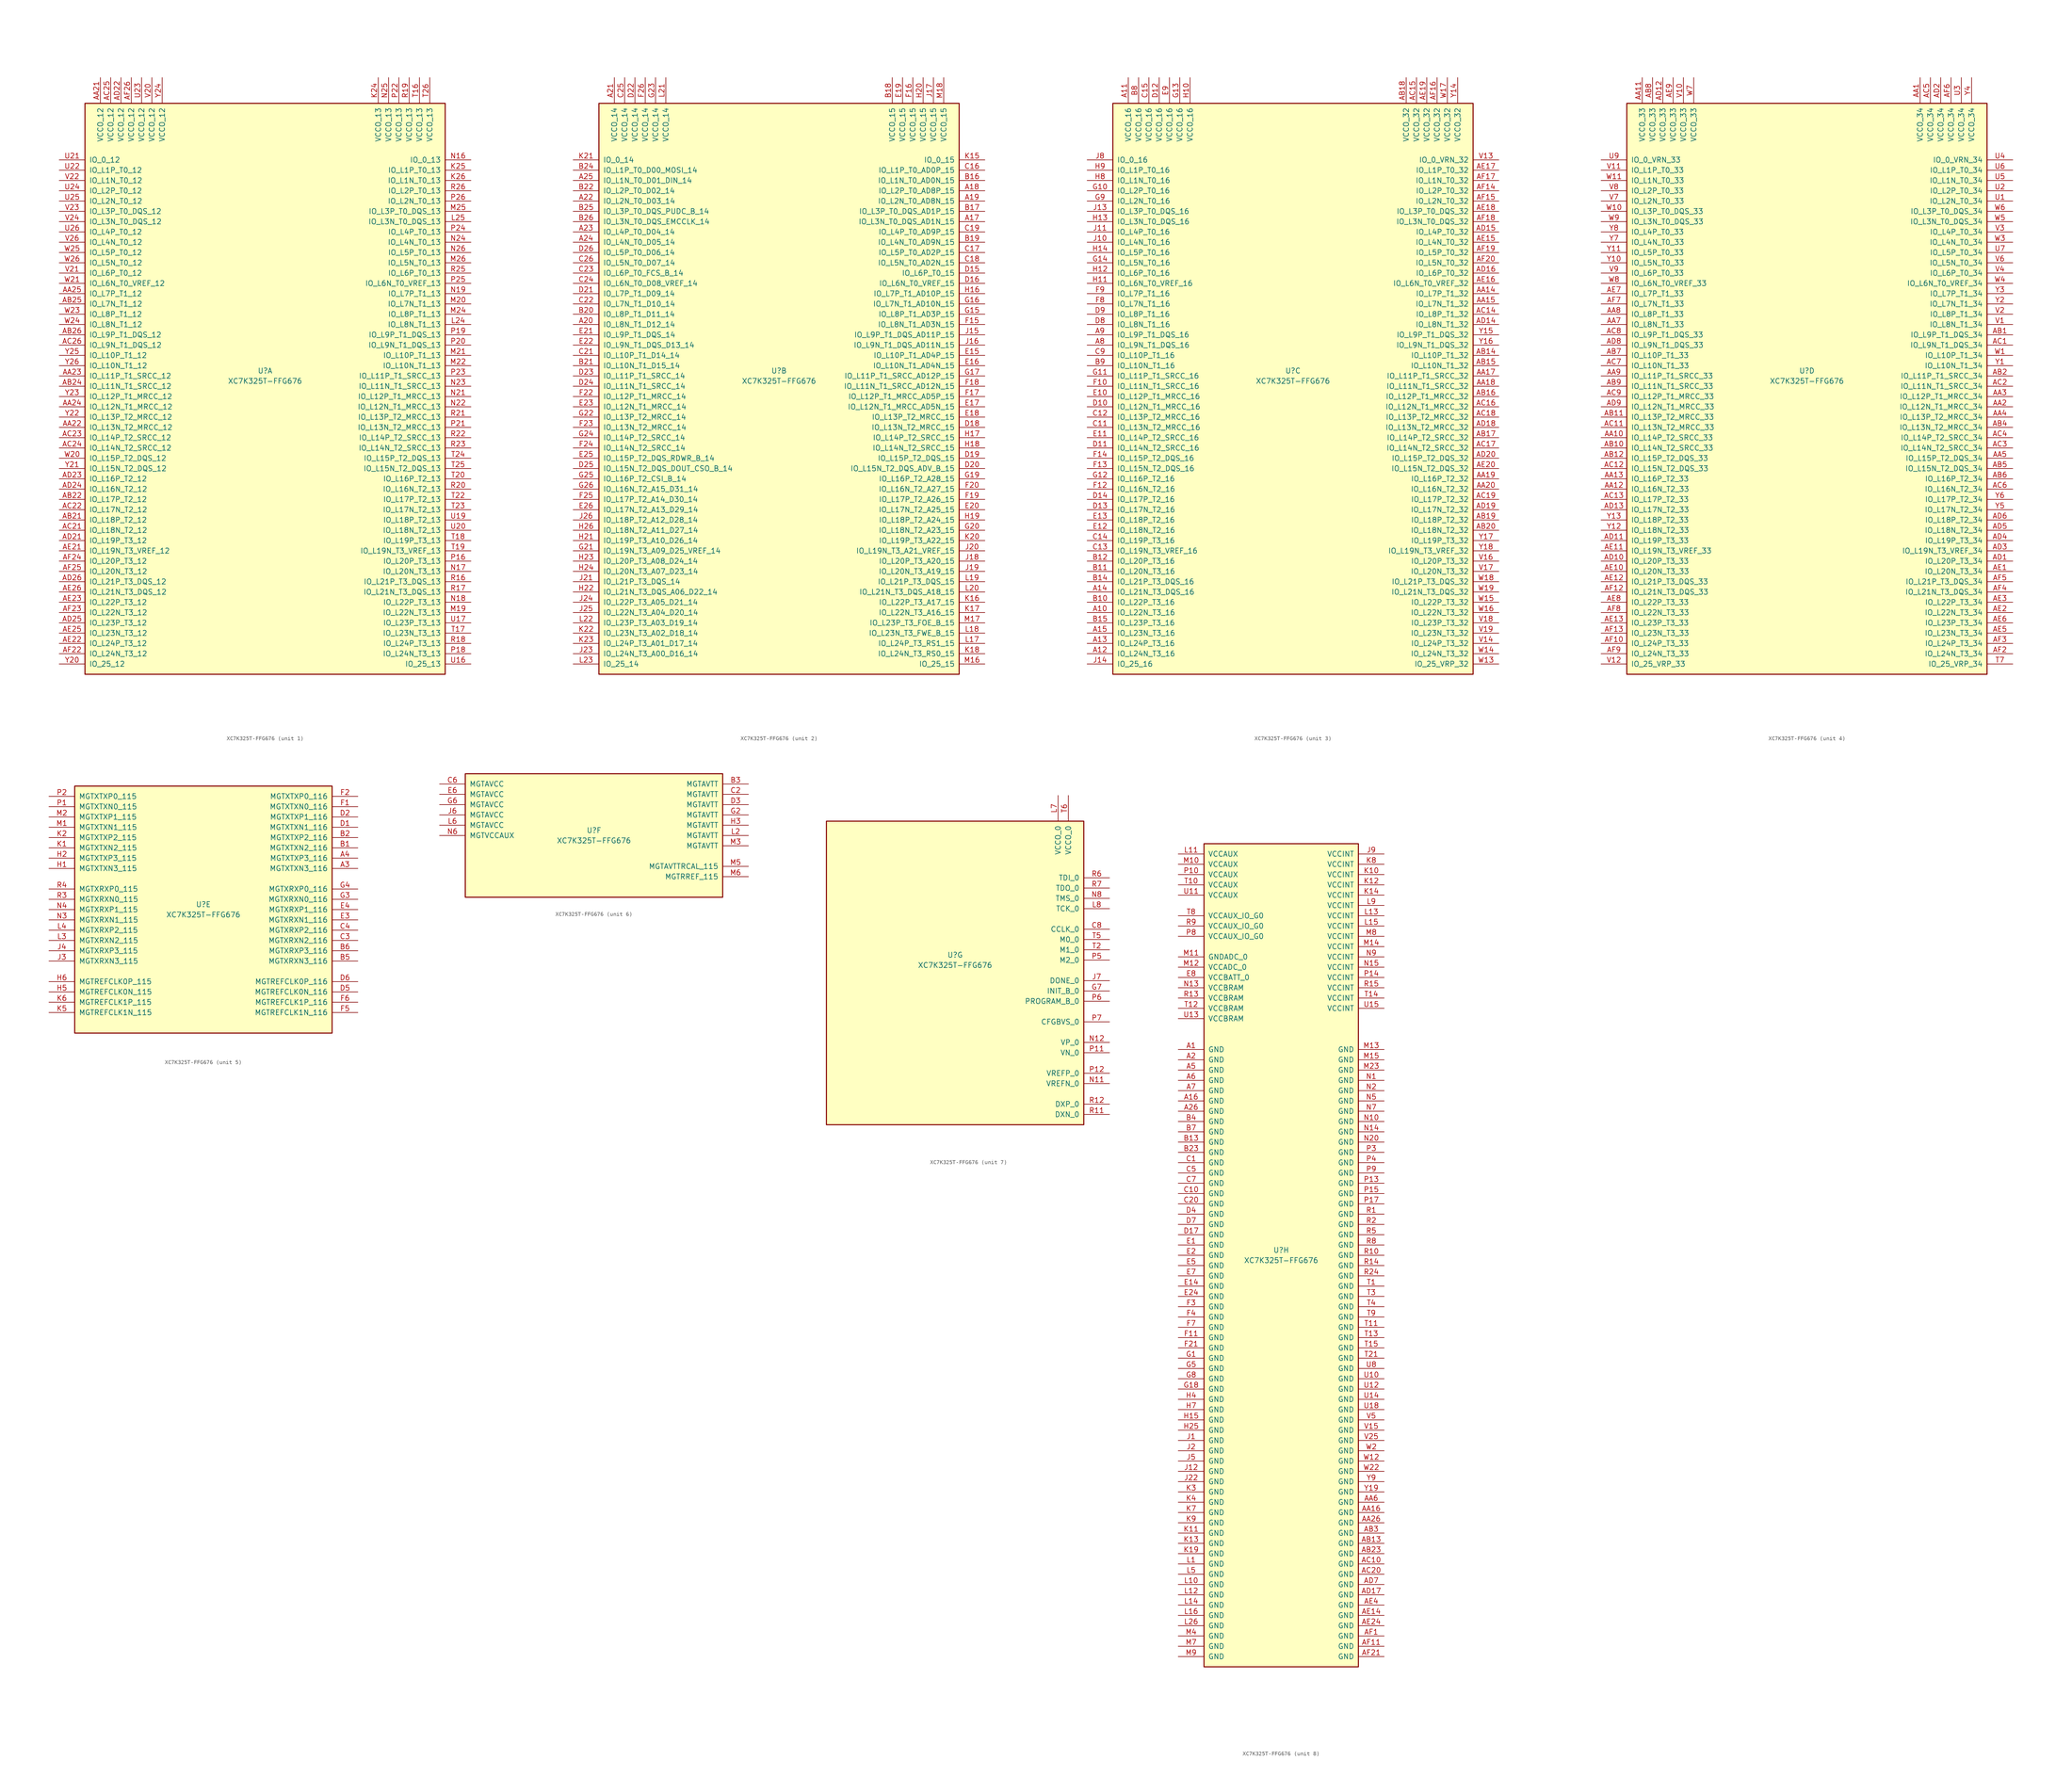
<source format=kicad_sym>
(kicad_symbol_lib
  (version 20211014)
  (generator kicad_symbol_editor)
  (symbol "XC7K325T-FFG676"
    (pin_names
      (offset 1.016))
    (property "Reference" "U"
      (at 0 1.27 0)
      (effects (font (size 1.27 1.27))))
    (property "Value" "XC7K325T-FFG676"
      (at 0 -1.27 0)
      (effects (font (size 1.27 1.27))))
    (property "Datasheet" ""
      (at 0 0 0)
      (effects (font (size 1.27 1.27))))
    (property "ki_locked" ""
      (at 0 0 0)
      (effects (font (size 1.27 1.27))))
    (symbol "XC7K325T-FFG676_1_1"
      (rectangle (start -44.45 67.31) (end 44.45 -73.66) (stroke (width 0.254) (type default) (color 0 0 0 0)) (fill (type background)))
      (pin power_in line (at -40.64 73.66 270) (length 6.35) (name "VCCO_12" (effects (font (size 1.27 1.27)))) (number "AA21" (effects (font (size 1.27 1.27)))))
      (pin bidirectional line (at -50.8 -12.7 0) (length 6.35) (name "IO_L13N_T2_MRCC_12" (effects (font (size 1.27 1.27)))) (number "AA22" (effects (font (size 1.27 1.27)))))
      (pin bidirectional line (at -50.8 0 0) (length 6.35) (name "IO_L11P_T1_SRCC_12" (effects (font (size 1.27 1.27)))) (number "AA23" (effects (font (size 1.27 1.27)))))
      (pin bidirectional line (at -50.8 -7.62 0) (length 6.35) (name "IO_L12N_T1_MRCC_12" (effects (font (size 1.27 1.27)))) (number "AA24" (effects (font (size 1.27 1.27)))))
      (pin bidirectional line (at -50.8 20.32 0) (length 6.35) (name "IO_L7P_T1_12" (effects (font (size 1.27 1.27)))) (number "AA25" (effects (font (size 1.27 1.27)))))
      (pin bidirectional line (at -50.8 -35.56 0) (length 6.35) (name "IO_L18P_T2_12" (effects (font (size 1.27 1.27)))) (number "AB21" (effects (font (size 1.27 1.27)))))
      (pin bidirectional line (at -50.8 -30.48 0) (length 6.35) (name "IO_L17P_T2_12" (effects (font (size 1.27 1.27)))) (number "AB22" (effects (font (size 1.27 1.27)))))
      (pin bidirectional line (at -50.8 -2.54 0) (length 6.35) (name "IO_L11N_T1_SRCC_12" (effects (font (size 1.27 1.27)))) (number "AB24" (effects (font (size 1.27 1.27)))))
      (pin bidirectional line (at -50.8 17.78 0) (length 6.35) (name "IO_L7N_T1_12" (effects (font (size 1.27 1.27)))) (number "AB25" (effects (font (size 1.27 1.27)))))
      (pin bidirectional line (at -50.8 10.16 0) (length 6.35) (name "IO_L9P_T1_DQS_12" (effects (font (size 1.27 1.27)))) (number "AB26" (effects (font (size 1.27 1.27)))))
      (pin bidirectional line (at -50.8 -38.1 0) (length 6.35) (name "IO_L18N_T2_12" (effects (font (size 1.27 1.27)))) (number "AC21" (effects (font (size 1.27 1.27)))))
      (pin bidirectional line (at -50.8 -33.02 0) (length 6.35) (name "IO_L17N_T2_12" (effects (font (size 1.27 1.27)))) (number "AC22" (effects (font (size 1.27 1.27)))))
      (pin bidirectional line (at -50.8 -15.24 0) (length 6.35) (name "IO_L14P_T2_SRCC_12" (effects (font (size 1.27 1.27)))) (number "AC23" (effects (font (size 1.27 1.27)))))
      (pin bidirectional line (at -50.8 -17.78 0) (length 6.35) (name "IO_L14N_T2_SRCC_12" (effects (font (size 1.27 1.27)))) (number "AC24" (effects (font (size 1.27 1.27)))))
      (pin power_in line (at -38.1 73.66 270) (length 6.35) (name "VCCO_12" (effects (font (size 1.27 1.27)))) (number "AC25" (effects (font (size 1.27 1.27)))))
      (pin bidirectional line (at -50.8 7.62 0) (length 6.35) (name "IO_L9N_T1_DQS_12" (effects (font (size 1.27 1.27)))) (number "AC26" (effects (font (size 1.27 1.27)))))
      (pin bidirectional line (at -50.8 -40.64 0) (length 6.35) (name "IO_L19P_T3_12" (effects (font (size 1.27 1.27)))) (number "AD21" (effects (font (size 1.27 1.27)))))
      (pin power_in line (at -35.56 73.66 270) (length 6.35) (name "VCCO_12" (effects (font (size 1.27 1.27)))) (number "AD22" (effects (font (size 1.27 1.27)))))
      (pin bidirectional line (at -50.8 -25.4 0) (length 6.35) (name "IO_L16P_T2_12" (effects (font (size 1.27 1.27)))) (number "AD23" (effects (font (size 1.27 1.27)))))
      (pin bidirectional line (at -50.8 -27.94 0) (length 6.35) (name "IO_L16N_T2_12" (effects (font (size 1.27 1.27)))) (number "AD24" (effects (font (size 1.27 1.27)))))
      (pin bidirectional line (at -50.8 -60.96 0) (length 6.35) (name "IO_L23P_T3_12" (effects (font (size 1.27 1.27)))) (number "AD25" (effects (font (size 1.27 1.27)))))
      (pin bidirectional line (at -50.8 -50.8 0) (length 6.35) (name "IO_L21P_T3_DQS_12" (effects (font (size 1.27 1.27)))) (number "AD26" (effects (font (size 1.27 1.27)))))
      (pin bidirectional line (at -50.8 -43.18 0) (length 6.35) (name "IO_L19N_T3_VREF_12" (effects (font (size 1.27 1.27)))) (number "AE21" (effects (font (size 1.27 1.27)))))
      (pin bidirectional line (at -50.8 -66.04 0) (length 6.35) (name "IO_L24P_T3_12" (effects (font (size 1.27 1.27)))) (number "AE22" (effects (font (size 1.27 1.27)))))
      (pin bidirectional line (at -50.8 -55.88 0) (length 6.35) (name "IO_L22P_T3_12" (effects (font (size 1.27 1.27)))) (number "AE23" (effects (font (size 1.27 1.27)))))
      (pin bidirectional line (at -50.8 -63.5 0) (length 6.35) (name "IO_L23N_T3_12" (effects (font (size 1.27 1.27)))) (number "AE25" (effects (font (size 1.27 1.27)))))
      (pin bidirectional line (at -50.8 -53.34 0) (length 6.35) (name "IO_L21N_T3_DQS_12" (effects (font (size 1.27 1.27)))) (number "AE26" (effects (font (size 1.27 1.27)))))
      (pin bidirectional line (at -50.8 -68.58 0) (length 6.35) (name "IO_L24N_T3_12" (effects (font (size 1.27 1.27)))) (number "AF22" (effects (font (size 1.27 1.27)))))
      (pin bidirectional line (at -50.8 -58.42 0) (length 6.35) (name "IO_L22N_T3_12" (effects (font (size 1.27 1.27)))) (number "AF23" (effects (font (size 1.27 1.27)))))
      (pin bidirectional line (at -50.8 -45.72 0) (length 6.35) (name "IO_L20P_T3_12" (effects (font (size 1.27 1.27)))) (number "AF24" (effects (font (size 1.27 1.27)))))
      (pin bidirectional line (at -50.8 -48.26 0) (length 6.35) (name "IO_L20N_T3_12" (effects (font (size 1.27 1.27)))) (number "AF25" (effects (font (size 1.27 1.27)))))
      (pin power_in line (at -33.02 73.66 270) (length 6.35) (name "VCCO_12" (effects (font (size 1.27 1.27)))) (number "AF26" (effects (font (size 1.27 1.27)))))
      (pin power_in line (at 27.94 73.66 270) (length 6.35) (name "VCCO_13" (effects (font (size 1.27 1.27)))) (number "K24" (effects (font (size 1.27 1.27)))))
      (pin bidirectional line (at 50.8 50.8 180) (length 6.35) (name "IO_L1P_T0_13" (effects (font (size 1.27 1.27)))) (number "K25" (effects (font (size 1.27 1.27)))))
      (pin bidirectional line (at 50.8 48.26 180) (length 6.35) (name "IO_L1N_T0_13" (effects (font (size 1.27 1.27)))) (number "K26" (effects (font (size 1.27 1.27)))))
      (pin bidirectional line (at 50.8 12.7 180) (length 6.35) (name "IO_L8N_T1_13" (effects (font (size 1.27 1.27)))) (number "L24" (effects (font (size 1.27 1.27)))))
      (pin bidirectional line (at 50.8 38.1 180) (length 6.35) (name "IO_L3N_T0_DQS_13" (effects (font (size 1.27 1.27)))) (number "L25" (effects (font (size 1.27 1.27)))))
      (pin bidirectional line (at 50.8 -58.42 180) (length 6.35) (name "IO_L22N_T3_13" (effects (font (size 1.27 1.27)))) (number "M19" (effects (font (size 1.27 1.27)))))
      (pin bidirectional line (at 50.8 17.78 180) (length 6.35) (name "IO_L7N_T1_13" (effects (font (size 1.27 1.27)))) (number "M20" (effects (font (size 1.27 1.27)))))
      (pin bidirectional line (at 50.8 5.08 180) (length 6.35) (name "IO_L10P_T1_13" (effects (font (size 1.27 1.27)))) (number "M21" (effects (font (size 1.27 1.27)))))
      (pin bidirectional line (at 50.8 2.54 180) (length 6.35) (name "IO_L10N_T1_13" (effects (font (size 1.27 1.27)))) (number "M22" (effects (font (size 1.27 1.27)))))
      (pin bidirectional line (at 50.8 15.24 180) (length 6.35) (name "IO_L8P_T1_13" (effects (font (size 1.27 1.27)))) (number "M24" (effects (font (size 1.27 1.27)))))
      (pin bidirectional line (at 50.8 40.64 180) (length 6.35) (name "IO_L3P_T0_DQS_13" (effects (font (size 1.27 1.27)))) (number "M25" (effects (font (size 1.27 1.27)))))
      (pin bidirectional line (at 50.8 27.94 180) (length 6.35) (name "IO_L5N_T0_13" (effects (font (size 1.27 1.27)))) (number "M26" (effects (font (size 1.27 1.27)))))
      (pin bidirectional line (at 50.8 53.34 180) (length 6.35) (name "IO_0_13" (effects (font (size 1.27 1.27)))) (number "N16" (effects (font (size 1.27 1.27)))))
      (pin bidirectional line (at 50.8 -48.26 180) (length 6.35) (name "IO_L20N_T3_13" (effects (font (size 1.27 1.27)))) (number "N17" (effects (font (size 1.27 1.27)))))
      (pin bidirectional line (at 50.8 -55.88 180) (length 6.35) (name "IO_L22P_T3_13" (effects (font (size 1.27 1.27)))) (number "N18" (effects (font (size 1.27 1.27)))))
      (pin bidirectional line (at 50.8 20.32 180) (length 6.35) (name "IO_L7P_T1_13" (effects (font (size 1.27 1.27)))) (number "N19" (effects (font (size 1.27 1.27)))))
      (pin bidirectional line (at 50.8 -5.08 180) (length 6.35) (name "IO_L12P_T1_MRCC_13" (effects (font (size 1.27 1.27)))) (number "N21" (effects (font (size 1.27 1.27)))))
      (pin bidirectional line (at 50.8 -7.62 180) (length 6.35) (name "IO_L12N_T1_MRCC_13" (effects (font (size 1.27 1.27)))) (number "N22" (effects (font (size 1.27 1.27)))))
      (pin bidirectional line (at 50.8 -2.54 180) (length 6.35) (name "IO_L11N_T1_SRCC_13" (effects (font (size 1.27 1.27)))) (number "N23" (effects (font (size 1.27 1.27)))))
      (pin bidirectional line (at 50.8 33.02 180) (length 6.35) (name "IO_L4N_T0_13" (effects (font (size 1.27 1.27)))) (number "N24" (effects (font (size 1.27 1.27)))))
      (pin power_in line (at 30.48 73.66 270) (length 6.35) (name "VCCO_13" (effects (font (size 1.27 1.27)))) (number "N25" (effects (font (size 1.27 1.27)))))
      (pin bidirectional line (at 50.8 30.48 180) (length 6.35) (name "IO_L5P_T0_13" (effects (font (size 1.27 1.27)))) (number "N26" (effects (font (size 1.27 1.27)))))
      (pin bidirectional line (at 50.8 -45.72 180) (length 6.35) (name "IO_L20P_T3_13" (effects (font (size 1.27 1.27)))) (number "P16" (effects (font (size 1.27 1.27)))))
      (pin bidirectional line (at 50.8 -68.58 180) (length 6.35) (name "IO_L24N_T3_13" (effects (font (size 1.27 1.27)))) (number "P18" (effects (font (size 1.27 1.27)))))
      (pin bidirectional line (at 50.8 10.16 180) (length 6.35) (name "IO_L9P_T1_DQS_13" (effects (font (size 1.27 1.27)))) (number "P19" (effects (font (size 1.27 1.27)))))
      (pin bidirectional line (at 50.8 7.62 180) (length 6.35) (name "IO_L9N_T1_DQS_13" (effects (font (size 1.27 1.27)))) (number "P20" (effects (font (size 1.27 1.27)))))
      (pin bidirectional line (at 50.8 -12.7 180) (length 6.35) (name "IO_L13N_T2_MRCC_13" (effects (font (size 1.27 1.27)))) (number "P21" (effects (font (size 1.27 1.27)))))
      (pin power_in line (at 33.02 73.66 270) (length 6.35) (name "VCCO_13" (effects (font (size 1.27 1.27)))) (number "P22" (effects (font (size 1.27 1.27)))))
      (pin bidirectional line (at 50.8 0 180) (length 6.35) (name "IO_L11P_T1_SRCC_13" (effects (font (size 1.27 1.27)))) (number "P23" (effects (font (size 1.27 1.27)))))
      (pin bidirectional line (at 50.8 35.56 180) (length 6.35) (name "IO_L4P_T0_13" (effects (font (size 1.27 1.27)))) (number "P24" (effects (font (size 1.27 1.27)))))
      (pin bidirectional line (at 50.8 22.86 180) (length 6.35) (name "IO_L6N_T0_VREF_13" (effects (font (size 1.27 1.27)))) (number "P25" (effects (font (size 1.27 1.27)))))
      (pin bidirectional line (at 50.8 43.18 180) (length 6.35) (name "IO_L2N_T0_13" (effects (font (size 1.27 1.27)))) (number "P26" (effects (font (size 1.27 1.27)))))
      (pin bidirectional line (at 50.8 -50.8 180) (length 6.35) (name "IO_L21P_T3_DQS_13" (effects (font (size 1.27 1.27)))) (number "R16" (effects (font (size 1.27 1.27)))))
      (pin bidirectional line (at 50.8 -53.34 180) (length 6.35) (name "IO_L21N_T3_DQS_13" (effects (font (size 1.27 1.27)))) (number "R17" (effects (font (size 1.27 1.27)))))
      (pin bidirectional line (at 50.8 -66.04 180) (length 6.35) (name "IO_L24P_T3_13" (effects (font (size 1.27 1.27)))) (number "R18" (effects (font (size 1.27 1.27)))))
      (pin power_in line (at 35.56 73.66 270) (length 6.35) (name "VCCO_13" (effects (font (size 1.27 1.27)))) (number "R19" (effects (font (size 1.27 1.27)))))
      (pin bidirectional line (at 50.8 -27.94 180) (length 6.35) (name "IO_L16N_T2_13" (effects (font (size 1.27 1.27)))) (number "R20" (effects (font (size 1.27 1.27)))))
      (pin bidirectional line (at 50.8 -10.16 180) (length 6.35) (name "IO_L13P_T2_MRCC_13" (effects (font (size 1.27 1.27)))) (number "R21" (effects (font (size 1.27 1.27)))))
      (pin bidirectional line (at 50.8 -15.24 180) (length 6.35) (name "IO_L14P_T2_SRCC_13" (effects (font (size 1.27 1.27)))) (number "R22" (effects (font (size 1.27 1.27)))))
      (pin bidirectional line (at 50.8 -17.78 180) (length 6.35) (name "IO_L14N_T2_SRCC_13" (effects (font (size 1.27 1.27)))) (number "R23" (effects (font (size 1.27 1.27)))))
      (pin bidirectional line (at 50.8 25.4 180) (length 6.35) (name "IO_L6P_T0_13" (effects (font (size 1.27 1.27)))) (number "R25" (effects (font (size 1.27 1.27)))))
      (pin bidirectional line (at 50.8 45.72 180) (length 6.35) (name "IO_L2P_T0_13" (effects (font (size 1.27 1.27)))) (number "R26" (effects (font (size 1.27 1.27)))))
      (pin power_in line (at 38.1 73.66 270) (length 6.35) (name "VCCO_13" (effects (font (size 1.27 1.27)))) (number "T16" (effects (font (size 1.27 1.27)))))
      (pin bidirectional line (at 50.8 -63.5 180) (length 6.35) (name "IO_L23N_T3_13" (effects (font (size 1.27 1.27)))) (number "T17" (effects (font (size 1.27 1.27)))))
      (pin bidirectional line (at 50.8 -40.64 180) (length 6.35) (name "IO_L19P_T3_13" (effects (font (size 1.27 1.27)))) (number "T18" (effects (font (size 1.27 1.27)))))
      (pin bidirectional line (at 50.8 -43.18 180) (length 6.35) (name "IO_L19N_T3_VREF_13" (effects (font (size 1.27 1.27)))) (number "T19" (effects (font (size 1.27 1.27)))))
      (pin bidirectional line (at 50.8 -25.4 180) (length 6.35) (name "IO_L16P_T2_13" (effects (font (size 1.27 1.27)))) (number "T20" (effects (font (size 1.27 1.27)))))
      (pin bidirectional line (at 50.8 -30.48 180) (length 6.35) (name "IO_L17P_T2_13" (effects (font (size 1.27 1.27)))) (number "T22" (effects (font (size 1.27 1.27)))))
      (pin bidirectional line (at 50.8 -33.02 180) (length 6.35) (name "IO_L17N_T2_13" (effects (font (size 1.27 1.27)))) (number "T23" (effects (font (size 1.27 1.27)))))
      (pin bidirectional line (at 50.8 -20.32 180) (length 6.35) (name "IO_L15P_T2_DQS_13" (effects (font (size 1.27 1.27)))) (number "T24" (effects (font (size 1.27 1.27)))))
      (pin bidirectional line (at 50.8 -22.86 180) (length 6.35) (name "IO_L15N_T2_DQS_13" (effects (font (size 1.27 1.27)))) (number "T25" (effects (font (size 1.27 1.27)))))
      (pin power_in line (at 40.64 73.66 270) (length 6.35) (name "VCCO_13" (effects (font (size 1.27 1.27)))) (number "T26" (effects (font (size 1.27 1.27)))))
      (pin bidirectional line (at 50.8 -71.12 180) (length 6.35) (name "IO_25_13" (effects (font (size 1.27 1.27)))) (number "U16" (effects (font (size 1.27 1.27)))))
      (pin bidirectional line (at 50.8 -60.96 180) (length 6.35) (name "IO_L23P_T3_13" (effects (font (size 1.27 1.27)))) (number "U17" (effects (font (size 1.27 1.27)))))
      (pin bidirectional line (at 50.8 -35.56 180) (length 6.35) (name "IO_L18P_T2_13" (effects (font (size 1.27 1.27)))) (number "U19" (effects (font (size 1.27 1.27)))))
      (pin bidirectional line (at 50.8 -38.1 180) (length 6.35) (name "IO_L18N_T2_13" (effects (font (size 1.27 1.27)))) (number "U20" (effects (font (size 1.27 1.27)))))
      (pin bidirectional line (at -50.8 53.34 0) (length 6.35) (name "IO_0_12" (effects (font (size 1.27 1.27)))) (number "U21" (effects (font (size 1.27 1.27)))))
      (pin bidirectional line (at -50.8 50.8 0) (length 6.35) (name "IO_L1P_T0_12" (effects (font (size 1.27 1.27)))) (number "U22" (effects (font (size 1.27 1.27)))))
      (pin power_in line (at -30.48 73.66 270) (length 6.35) (name "VCCO_12" (effects (font (size 1.27 1.27)))) (number "U23" (effects (font (size 1.27 1.27)))))
      (pin bidirectional line (at -50.8 45.72 0) (length 6.35) (name "IO_L2P_T0_12" (effects (font (size 1.27 1.27)))) (number "U24" (effects (font (size 1.27 1.27)))))
      (pin bidirectional line (at -50.8 43.18 0) (length 6.35) (name "IO_L2N_T0_12" (effects (font (size 1.27 1.27)))) (number "U25" (effects (font (size 1.27 1.27)))))
      (pin bidirectional line (at -50.8 35.56 0) (length 6.35) (name "IO_L4P_T0_12" (effects (font (size 1.27 1.27)))) (number "U26" (effects (font (size 1.27 1.27)))))
      (pin power_in line (at -27.94 73.66 270) (length 6.35) (name "VCCO_12" (effects (font (size 1.27 1.27)))) (number "V20" (effects (font (size 1.27 1.27)))))
      (pin bidirectional line (at -50.8 25.4 0) (length 6.35) (name "IO_L6P_T0_12" (effects (font (size 1.27 1.27)))) (number "V21" (effects (font (size 1.27 1.27)))))
      (pin bidirectional line (at -50.8 48.26 0) (length 6.35) (name "IO_L1N_T0_12" (effects (font (size 1.27 1.27)))) (number "V22" (effects (font (size 1.27 1.27)))))
      (pin bidirectional line (at -50.8 40.64 0) (length 6.35) (name "IO_L3P_T0_DQS_12" (effects (font (size 1.27 1.27)))) (number "V23" (effects (font (size 1.27 1.27)))))
      (pin bidirectional line (at -50.8 38.1 0) (length 6.35) (name "IO_L3N_T0_DQS_12" (effects (font (size 1.27 1.27)))) (number "V24" (effects (font (size 1.27 1.27)))))
      (pin bidirectional line (at -50.8 33.02 0) (length 6.35) (name "IO_L4N_T0_12" (effects (font (size 1.27 1.27)))) (number "V26" (effects (font (size 1.27 1.27)))))
      (pin bidirectional line (at -50.8 -20.32 0) (length 6.35) (name "IO_L15P_T2_DQS_12" (effects (font (size 1.27 1.27)))) (number "W20" (effects (font (size 1.27 1.27)))))
      (pin bidirectional line (at -50.8 22.86 0) (length 6.35) (name "IO_L6N_T0_VREF_12" (effects (font (size 1.27 1.27)))) (number "W21" (effects (font (size 1.27 1.27)))))
      (pin bidirectional line (at -50.8 15.24 0) (length 6.35) (name "IO_L8P_T1_12" (effects (font (size 1.27 1.27)))) (number "W23" (effects (font (size 1.27 1.27)))))
      (pin bidirectional line (at -50.8 12.7 0) (length 6.35) (name "IO_L8N_T1_12" (effects (font (size 1.27 1.27)))) (number "W24" (effects (font (size 1.27 1.27)))))
      (pin bidirectional line (at -50.8 30.48 0) (length 6.35) (name "IO_L5P_T0_12" (effects (font (size 1.27 1.27)))) (number "W25" (effects (font (size 1.27 1.27)))))
      (pin bidirectional line (at -50.8 27.94 0) (length 6.35) (name "IO_L5N_T0_12" (effects (font (size 1.27 1.27)))) (number "W26" (effects (font (size 1.27 1.27)))))
      (pin bidirectional line (at -50.8 -71.12 0) (length 6.35) (name "IO_25_12" (effects (font (size 1.27 1.27)))) (number "Y20" (effects (font (size 1.27 1.27)))))
      (pin bidirectional line (at -50.8 -22.86 0) (length 6.35) (name "IO_L15N_T2_DQS_12" (effects (font (size 1.27 1.27)))) (number "Y21" (effects (font (size 1.27 1.27)))))
      (pin bidirectional line (at -50.8 -10.16 0) (length 6.35) (name "IO_L13P_T2_MRCC_12" (effects (font (size 1.27 1.27)))) (number "Y22" (effects (font (size 1.27 1.27)))))
      (pin bidirectional line (at -50.8 -5.08 0) (length 6.35) (name "IO_L12P_T1_MRCC_12" (effects (font (size 1.27 1.27)))) (number "Y23" (effects (font (size 1.27 1.27)))))
      (pin power_in line (at -25.4 73.66 270) (length 6.35) (name "VCCO_12" (effects (font (size 1.27 1.27)))) (number "Y24" (effects (font (size 1.27 1.27)))))
      (pin bidirectional line (at -50.8 5.08 0) (length 6.35) (name "IO_L10P_T1_12" (effects (font (size 1.27 1.27)))) (number "Y25" (effects (font (size 1.27 1.27)))))
      (pin bidirectional line (at -50.8 2.54 0) (length 6.35) (name "IO_L10N_T1_12" (effects (font (size 1.27 1.27)))) (number "Y26" (effects (font (size 1.27 1.27))))))
    (symbol "XC7K325T-FFG676_2_1"
      (rectangle (start -44.45 67.31) (end 44.45 -73.66) (stroke (width 0.254) (type default) (color 0 0 0 0)) (fill (type background)))
      (pin bidirectional line (at 50.8 38.1 180) (length 6.35) (name "IO_L3N_T0_DQS_AD1N_15" (effects (font (size 1.27 1.27)))) (number "A17" (effects (font (size 1.27 1.27)))))
      (pin bidirectional line (at 50.8 45.72 180) (length 6.35) (name "IO_L2P_T0_AD8P_15" (effects (font (size 1.27 1.27)))) (number "A18" (effects (font (size 1.27 1.27)))))
      (pin bidirectional line (at 50.8 43.18 180) (length 6.35) (name "IO_L2N_T0_AD8N_15" (effects (font (size 1.27 1.27)))) (number "A19" (effects (font (size 1.27 1.27)))))
      (pin bidirectional line (at -50.8 12.7 0) (length 6.35) (name "IO_L8N_T1_D12_14" (effects (font (size 1.27 1.27)))) (number "A20" (effects (font (size 1.27 1.27)))))
      (pin power_in line (at -40.64 73.66 270) (length 6.35) (name "VCCO_14" (effects (font (size 1.27 1.27)))) (number "A21" (effects (font (size 1.27 1.27)))))
      (pin bidirectional line (at -50.8 43.18 0) (length 6.35) (name "IO_L2N_T0_D03_14" (effects (font (size 1.27 1.27)))) (number "A22" (effects (font (size 1.27 1.27)))))
      (pin bidirectional line (at -50.8 35.56 0) (length 6.35) (name "IO_L4P_T0_D04_14" (effects (font (size 1.27 1.27)))) (number "A23" (effects (font (size 1.27 1.27)))))
      (pin bidirectional line (at -50.8 33.02 0) (length 6.35) (name "IO_L4N_T0_D05_14" (effects (font (size 1.27 1.27)))) (number "A24" (effects (font (size 1.27 1.27)))))
      (pin bidirectional line (at -50.8 48.26 0) (length 6.35) (name "IO_L1N_T0_D01_DIN_14" (effects (font (size 1.27 1.27)))) (number "A25" (effects (font (size 1.27 1.27)))))
      (pin bidirectional line (at 50.8 48.26 180) (length 6.35) (name "IO_L1N_T0_AD0N_15" (effects (font (size 1.27 1.27)))) (number "B16" (effects (font (size 1.27 1.27)))))
      (pin bidirectional line (at 50.8 40.64 180) (length 6.35) (name "IO_L3P_T0_DQS_AD1P_15" (effects (font (size 1.27 1.27)))) (number "B17" (effects (font (size 1.27 1.27)))))
      (pin power_in line (at 27.94 73.66 270) (length 6.35) (name "VCCO_15" (effects (font (size 1.27 1.27)))) (number "B18" (effects (font (size 1.27 1.27)))))
      (pin bidirectional line (at 50.8 33.02 180) (length 6.35) (name "IO_L4N_T0_AD9N_15" (effects (font (size 1.27 1.27)))) (number "B19" (effects (font (size 1.27 1.27)))))
      (pin bidirectional line (at -50.8 15.24 0) (length 6.35) (name "IO_L8P_T1_D11_14" (effects (font (size 1.27 1.27)))) (number "B20" (effects (font (size 1.27 1.27)))))
      (pin bidirectional line (at -50.8 2.54 0) (length 6.35) (name "IO_L10N_T1_D15_14" (effects (font (size 1.27 1.27)))) (number "B21" (effects (font (size 1.27 1.27)))))
      (pin bidirectional line (at -50.8 45.72 0) (length 6.35) (name "IO_L2P_T0_D02_14" (effects (font (size 1.27 1.27)))) (number "B22" (effects (font (size 1.27 1.27)))))
      (pin bidirectional line (at -50.8 50.8 0) (length 6.35) (name "IO_L1P_T0_D00_MOSI_14" (effects (font (size 1.27 1.27)))) (number "B24" (effects (font (size 1.27 1.27)))))
      (pin bidirectional line (at -50.8 40.64 0) (length 6.35) (name "IO_L3P_T0_DQS_PUDC_B_14" (effects (font (size 1.27 1.27)))) (number "B25" (effects (font (size 1.27 1.27)))))
      (pin bidirectional line (at -50.8 38.1 0) (length 6.35) (name "IO_L3N_T0_DQS_EMCCLK_14" (effects (font (size 1.27 1.27)))) (number "B26" (effects (font (size 1.27 1.27)))))
      (pin bidirectional line (at 50.8 50.8 180) (length 6.35) (name "IO_L1P_T0_AD0P_15" (effects (font (size 1.27 1.27)))) (number "C16" (effects (font (size 1.27 1.27)))))
      (pin bidirectional line (at 50.8 30.48 180) (length 6.35) (name "IO_L5P_T0_AD2P_15" (effects (font (size 1.27 1.27)))) (number "C17" (effects (font (size 1.27 1.27)))))
      (pin bidirectional line (at 50.8 27.94 180) (length 6.35) (name "IO_L5N_T0_AD2N_15" (effects (font (size 1.27 1.27)))) (number "C18" (effects (font (size 1.27 1.27)))))
      (pin bidirectional line (at 50.8 35.56 180) (length 6.35) (name "IO_L4P_T0_AD9P_15" (effects (font (size 1.27 1.27)))) (number "C19" (effects (font (size 1.27 1.27)))))
      (pin bidirectional line (at -50.8 5.08 0) (length 6.35) (name "IO_L10P_T1_D14_14" (effects (font (size 1.27 1.27)))) (number "C21" (effects (font (size 1.27 1.27)))))
      (pin bidirectional line (at -50.8 17.78 0) (length 6.35) (name "IO_L7N_T1_D10_14" (effects (font (size 1.27 1.27)))) (number "C22" (effects (font (size 1.27 1.27)))))
      (pin bidirectional line (at -50.8 25.4 0) (length 6.35) (name "IO_L6P_T0_FCS_B_14" (effects (font (size 1.27 1.27)))) (number "C23" (effects (font (size 1.27 1.27)))))
      (pin bidirectional line (at -50.8 22.86 0) (length 6.35) (name "IO_L6N_T0_D08_VREF_14" (effects (font (size 1.27 1.27)))) (number "C24" (effects (font (size 1.27 1.27)))))
      (pin power_in line (at -38.1 73.66 270) (length 6.35) (name "VCCO_14" (effects (font (size 1.27 1.27)))) (number "C25" (effects (font (size 1.27 1.27)))))
      (pin bidirectional line (at -50.8 27.94 0) (length 6.35) (name "IO_L5N_T0_D07_14" (effects (font (size 1.27 1.27)))) (number "C26" (effects (font (size 1.27 1.27)))))
      (pin bidirectional line (at 50.8 25.4 180) (length 6.35) (name "IO_L6P_T0_15" (effects (font (size 1.27 1.27)))) (number "D15" (effects (font (size 1.27 1.27)))))
      (pin bidirectional line (at 50.8 22.86 180) (length 6.35) (name "IO_L6N_T0_VREF_15" (effects (font (size 1.27 1.27)))) (number "D16" (effects (font (size 1.27 1.27)))))
      (pin bidirectional line (at 50.8 -12.7 180) (length 6.35) (name "IO_L13N_T2_MRCC_15" (effects (font (size 1.27 1.27)))) (number "D18" (effects (font (size 1.27 1.27)))))
      (pin bidirectional line (at 50.8 -20.32 180) (length 6.35) (name "IO_L15P_T2_DQS_15" (effects (font (size 1.27 1.27)))) (number "D19" (effects (font (size 1.27 1.27)))))
      (pin bidirectional line (at 50.8 -22.86 180) (length 6.35) (name "IO_L15N_T2_DQS_ADV_B_15" (effects (font (size 1.27 1.27)))) (number "D20" (effects (font (size 1.27 1.27)))))
      (pin bidirectional line (at -50.8 20.32 0) (length 6.35) (name "IO_L7P_T1_D09_14" (effects (font (size 1.27 1.27)))) (number "D21" (effects (font (size 1.27 1.27)))))
      (pin power_in line (at -35.56 73.66 270) (length 6.35) (name "VCCO_14" (effects (font (size 1.27 1.27)))) (number "D22" (effects (font (size 1.27 1.27)))))
      (pin bidirectional line (at -50.8 0 0) (length 6.35) (name "IO_L11P_T1_SRCC_14" (effects (font (size 1.27 1.27)))) (number "D23" (effects (font (size 1.27 1.27)))))
      (pin bidirectional line (at -50.8 -2.54 0) (length 6.35) (name "IO_L11N_T1_SRCC_14" (effects (font (size 1.27 1.27)))) (number "D24" (effects (font (size 1.27 1.27)))))
      (pin bidirectional line (at -50.8 -22.86 0) (length 6.35) (name "IO_L15N_T2_DQS_DOUT_CSO_B_14" (effects (font (size 1.27 1.27)))) (number "D25" (effects (font (size 1.27 1.27)))))
      (pin bidirectional line (at -50.8 30.48 0) (length 6.35) (name "IO_L5P_T0_D06_14" (effects (font (size 1.27 1.27)))) (number "D26" (effects (font (size 1.27 1.27)))))
      (pin bidirectional line (at 50.8 5.08 180) (length 6.35) (name "IO_L10P_T1_AD4P_15" (effects (font (size 1.27 1.27)))) (number "E15" (effects (font (size 1.27 1.27)))))
      (pin bidirectional line (at 50.8 2.54 180) (length 6.35) (name "IO_L10N_T1_AD4N_15" (effects (font (size 1.27 1.27)))) (number "E16" (effects (font (size 1.27 1.27)))))
      (pin bidirectional line (at 50.8 -7.62 180) (length 6.35) (name "IO_L12N_T1_MRCC_AD5N_15" (effects (font (size 1.27 1.27)))) (number "E17" (effects (font (size 1.27 1.27)))))
      (pin bidirectional line (at 50.8 -10.16 180) (length 6.35) (name "IO_L13P_T2_MRCC_15" (effects (font (size 1.27 1.27)))) (number "E18" (effects (font (size 1.27 1.27)))))
      (pin power_in line (at 30.48 73.66 270) (length 6.35) (name "VCCO_15" (effects (font (size 1.27 1.27)))) (number "E19" (effects (font (size 1.27 1.27)))))
      (pin bidirectional line (at 50.8 -33.02 180) (length 6.35) (name "IO_L17N_T2_A25_15" (effects (font (size 1.27 1.27)))) (number "E20" (effects (font (size 1.27 1.27)))))
      (pin bidirectional line (at -50.8 10.16 0) (length 6.35) (name "IO_L9P_T1_DQS_14" (effects (font (size 1.27 1.27)))) (number "E21" (effects (font (size 1.27 1.27)))))
      (pin bidirectional line (at -50.8 7.62 0) (length 6.35) (name "IO_L9N_T1_DQS_D13_14" (effects (font (size 1.27 1.27)))) (number "E22" (effects (font (size 1.27 1.27)))))
      (pin bidirectional line (at -50.8 -7.62 0) (length 6.35) (name "IO_L12N_T1_MRCC_14" (effects (font (size 1.27 1.27)))) (number "E23" (effects (font (size 1.27 1.27)))))
      (pin bidirectional line (at -50.8 -20.32 0) (length 6.35) (name "IO_L15P_T2_DQS_RDWR_B_14" (effects (font (size 1.27 1.27)))) (number "E25" (effects (font (size 1.27 1.27)))))
      (pin bidirectional line (at -50.8 -33.02 0) (length 6.35) (name "IO_L17N_T2_A13_D29_14" (effects (font (size 1.27 1.27)))) (number "E26" (effects (font (size 1.27 1.27)))))
      (pin bidirectional line (at 50.8 12.7 180) (length 6.35) (name "IO_L8N_T1_AD3N_15" (effects (font (size 1.27 1.27)))) (number "F15" (effects (font (size 1.27 1.27)))))
      (pin power_in line (at 33.02 73.66 270) (length 6.35) (name "VCCO_15" (effects (font (size 1.27 1.27)))) (number "F16" (effects (font (size 1.27 1.27)))))
      (pin bidirectional line (at 50.8 -5.08 180) (length 6.35) (name "IO_L12P_T1_MRCC_AD5P_15" (effects (font (size 1.27 1.27)))) (number "F17" (effects (font (size 1.27 1.27)))))
      (pin bidirectional line (at 50.8 -2.54 180) (length 6.35) (name "IO_L11N_T1_SRCC_AD12N_15" (effects (font (size 1.27 1.27)))) (number "F18" (effects (font (size 1.27 1.27)))))
      (pin bidirectional line (at 50.8 -30.48 180) (length 6.35) (name "IO_L17P_T2_A26_15" (effects (font (size 1.27 1.27)))) (number "F19" (effects (font (size 1.27 1.27)))))
      (pin bidirectional line (at 50.8 -27.94 180) (length 6.35) (name "IO_L16N_T2_A27_15" (effects (font (size 1.27 1.27)))) (number "F20" (effects (font (size 1.27 1.27)))))
      (pin bidirectional line (at -50.8 -5.08 0) (length 6.35) (name "IO_L12P_T1_MRCC_14" (effects (font (size 1.27 1.27)))) (number "F22" (effects (font (size 1.27 1.27)))))
      (pin bidirectional line (at -50.8 -12.7 0) (length 6.35) (name "IO_L13N_T2_MRCC_14" (effects (font (size 1.27 1.27)))) (number "F23" (effects (font (size 1.27 1.27)))))
      (pin bidirectional line (at -50.8 -17.78 0) (length 6.35) (name "IO_L14N_T2_SRCC_14" (effects (font (size 1.27 1.27)))) (number "F24" (effects (font (size 1.27 1.27)))))
      (pin bidirectional line (at -50.8 -30.48 0) (length 6.35) (name "IO_L17P_T2_A14_D30_14" (effects (font (size 1.27 1.27)))) (number "F25" (effects (font (size 1.27 1.27)))))
      (pin power_in line (at -33.02 73.66 270) (length 6.35) (name "VCCO_14" (effects (font (size 1.27 1.27)))) (number "F26" (effects (font (size 1.27 1.27)))))
      (pin bidirectional line (at 50.8 15.24 180) (length 6.35) (name "IO_L8P_T1_AD3P_15" (effects (font (size 1.27 1.27)))) (number "G15" (effects (font (size 1.27 1.27)))))
      (pin bidirectional line (at 50.8 17.78 180) (length 6.35) (name "IO_L7N_T1_AD10N_15" (effects (font (size 1.27 1.27)))) (number "G16" (effects (font (size 1.27 1.27)))))
      (pin bidirectional line (at 50.8 0 180) (length 6.35) (name "IO_L11P_T1_SRCC_AD12P_15" (effects (font (size 1.27 1.27)))) (number "G17" (effects (font (size 1.27 1.27)))))
      (pin bidirectional line (at 50.8 -25.4 180) (length 6.35) (name "IO_L16P_T2_A28_15" (effects (font (size 1.27 1.27)))) (number "G19" (effects (font (size 1.27 1.27)))))
      (pin bidirectional line (at 50.8 -38.1 180) (length 6.35) (name "IO_L18N_T2_A23_15" (effects (font (size 1.27 1.27)))) (number "G20" (effects (font (size 1.27 1.27)))))
      (pin bidirectional line (at -50.8 -43.18 0) (length 6.35) (name "IO_L19N_T3_A09_D25_VREF_14" (effects (font (size 1.27 1.27)))) (number "G21" (effects (font (size 1.27 1.27)))))
      (pin bidirectional line (at -50.8 -10.16 0) (length 6.35) (name "IO_L13P_T2_MRCC_14" (effects (font (size 1.27 1.27)))) (number "G22" (effects (font (size 1.27 1.27)))))
      (pin power_in line (at -30.48 73.66 270) (length 6.35) (name "VCCO_14" (effects (font (size 1.27 1.27)))) (number "G23" (effects (font (size 1.27 1.27)))))
      (pin bidirectional line (at -50.8 -15.24 0) (length 6.35) (name "IO_L14P_T2_SRCC_14" (effects (font (size 1.27 1.27)))) (number "G24" (effects (font (size 1.27 1.27)))))
      (pin bidirectional line (at -50.8 -25.4 0) (length 6.35) (name "IO_L16P_T2_CSI_B_14" (effects (font (size 1.27 1.27)))) (number "G25" (effects (font (size 1.27 1.27)))))
      (pin bidirectional line (at -50.8 -27.94 0) (length 6.35) (name "IO_L16N_T2_A15_D31_14" (effects (font (size 1.27 1.27)))) (number "G26" (effects (font (size 1.27 1.27)))))
      (pin bidirectional line (at 50.8 20.32 180) (length 6.35) (name "IO_L7P_T1_AD10P_15" (effects (font (size 1.27 1.27)))) (number "H16" (effects (font (size 1.27 1.27)))))
      (pin bidirectional line (at 50.8 -15.24 180) (length 6.35) (name "IO_L14P_T2_SRCC_15" (effects (font (size 1.27 1.27)))) (number "H17" (effects (font (size 1.27 1.27)))))
      (pin bidirectional line (at 50.8 -17.78 180) (length 6.35) (name "IO_L14N_T2_SRCC_15" (effects (font (size 1.27 1.27)))) (number "H18" (effects (font (size 1.27 1.27)))))
      (pin bidirectional line (at 50.8 -35.56 180) (length 6.35) (name "IO_L18P_T2_A24_15" (effects (font (size 1.27 1.27)))) (number "H19" (effects (font (size 1.27 1.27)))))
      (pin power_in line (at 35.56 73.66 270) (length 6.35) (name "VCCO_15" (effects (font (size 1.27 1.27)))) (number "H20" (effects (font (size 1.27 1.27)))))
      (pin bidirectional line (at -50.8 -40.64 0) (length 6.35) (name "IO_L19P_T3_A10_D26_14" (effects (font (size 1.27 1.27)))) (number "H21" (effects (font (size 1.27 1.27)))))
      (pin bidirectional line (at -50.8 -53.34 0) (length 6.35) (name "IO_L21N_T3_DQS_A06_D22_14" (effects (font (size 1.27 1.27)))) (number "H22" (effects (font (size 1.27 1.27)))))
      (pin bidirectional line (at -50.8 -45.72 0) (length 6.35) (name "IO_L20P_T3_A08_D24_14" (effects (font (size 1.27 1.27)))) (number "H23" (effects (font (size 1.27 1.27)))))
      (pin bidirectional line (at -50.8 -48.26 0) (length 6.35) (name "IO_L20N_T3_A07_D23_14" (effects (font (size 1.27 1.27)))) (number "H24" (effects (font (size 1.27 1.27)))))
      (pin bidirectional line (at -50.8 -38.1 0) (length 6.35) (name "IO_L18N_T2_A11_D27_14" (effects (font (size 1.27 1.27)))) (number "H26" (effects (font (size 1.27 1.27)))))
      (pin bidirectional line (at 50.8 10.16 180) (length 6.35) (name "IO_L9P_T1_DQS_AD11P_15" (effects (font (size 1.27 1.27)))) (number "J15" (effects (font (size 1.27 1.27)))))
      (pin bidirectional line (at 50.8 7.62 180) (length 6.35) (name "IO_L9N_T1_DQS_AD11N_15" (effects (font (size 1.27 1.27)))) (number "J16" (effects (font (size 1.27 1.27)))))
      (pin power_in line (at 38.1 73.66 270) (length 6.35) (name "VCCO_15" (effects (font (size 1.27 1.27)))) (number "J17" (effects (font (size 1.27 1.27)))))
      (pin bidirectional line (at 50.8 -45.72 180) (length 6.35) (name "IO_L20P_T3_A20_15" (effects (font (size 1.27 1.27)))) (number "J18" (effects (font (size 1.27 1.27)))))
      (pin bidirectional line (at 50.8 -48.26 180) (length 6.35) (name "IO_L20N_T3_A19_15" (effects (font (size 1.27 1.27)))) (number "J19" (effects (font (size 1.27 1.27)))))
      (pin bidirectional line (at 50.8 -43.18 180) (length 6.35) (name "IO_L19N_T3_A21_VREF_15" (effects (font (size 1.27 1.27)))) (number "J20" (effects (font (size 1.27 1.27)))))
      (pin bidirectional line (at -50.8 -50.8 0) (length 6.35) (name "IO_L21P_T3_DQS_14" (effects (font (size 1.27 1.27)))) (number "J21" (effects (font (size 1.27 1.27)))))
      (pin bidirectional line (at -50.8 -68.58 0) (length 6.35) (name "IO_L24N_T3_A00_D16_14" (effects (font (size 1.27 1.27)))) (number "J23" (effects (font (size 1.27 1.27)))))
      (pin bidirectional line (at -50.8 -55.88 0) (length 6.35) (name "IO_L22P_T3_A05_D21_14" (effects (font (size 1.27 1.27)))) (number "J24" (effects (font (size 1.27 1.27)))))
      (pin bidirectional line (at -50.8 -58.42 0) (length 6.35) (name "IO_L22N_T3_A04_D20_14" (effects (font (size 1.27 1.27)))) (number "J25" (effects (font (size 1.27 1.27)))))
      (pin bidirectional line (at -50.8 -35.56 0) (length 6.35) (name "IO_L18P_T2_A12_D28_14" (effects (font (size 1.27 1.27)))) (number "J26" (effects (font (size 1.27 1.27)))))
      (pin bidirectional line (at 50.8 53.34 180) (length 6.35) (name "IO_0_15" (effects (font (size 1.27 1.27)))) (number "K15" (effects (font (size 1.27 1.27)))))
      (pin bidirectional line (at 50.8 -55.88 180) (length 6.35) (name "IO_L22P_T3_A17_15" (effects (font (size 1.27 1.27)))) (number "K16" (effects (font (size 1.27 1.27)))))
      (pin bidirectional line (at 50.8 -58.42 180) (length 6.35) (name "IO_L22N_T3_A16_15" (effects (font (size 1.27 1.27)))) (number "K17" (effects (font (size 1.27 1.27)))))
      (pin bidirectional line (at 50.8 -68.58 180) (length 6.35) (name "IO_L24N_T3_RS0_15" (effects (font (size 1.27 1.27)))) (number "K18" (effects (font (size 1.27 1.27)))))
      (pin bidirectional line (at 50.8 -40.64 180) (length 6.35) (name "IO_L19P_T3_A22_15" (effects (font (size 1.27 1.27)))) (number "K20" (effects (font (size 1.27 1.27)))))
      (pin bidirectional line (at -50.8 53.34 0) (length 6.35) (name "IO_0_14" (effects (font (size 1.27 1.27)))) (number "K21" (effects (font (size 1.27 1.27)))))
      (pin bidirectional line (at -50.8 -63.5 0) (length 6.35) (name "IO_L23N_T3_A02_D18_14" (effects (font (size 1.27 1.27)))) (number "K22" (effects (font (size 1.27 1.27)))))
      (pin bidirectional line (at -50.8 -66.04 0) (length 6.35) (name "IO_L24P_T3_A01_D17_14" (effects (font (size 1.27 1.27)))) (number "K23" (effects (font (size 1.27 1.27)))))
      (pin bidirectional line (at 50.8 -66.04 180) (length 6.35) (name "IO_L24P_T3_RS1_15" (effects (font (size 1.27 1.27)))) (number "L17" (effects (font (size 1.27 1.27)))))
      (pin bidirectional line (at 50.8 -63.5 180) (length 6.35) (name "IO_L23N_T3_FWE_B_15" (effects (font (size 1.27 1.27)))) (number "L18" (effects (font (size 1.27 1.27)))))
      (pin bidirectional line (at 50.8 -50.8 180) (length 6.35) (name "IO_L21P_T3_DQS_15" (effects (font (size 1.27 1.27)))) (number "L19" (effects (font (size 1.27 1.27)))))
      (pin bidirectional line (at 50.8 -53.34 180) (length 6.35) (name "IO_L21N_T3_DQS_A18_15" (effects (font (size 1.27 1.27)))) (number "L20" (effects (font (size 1.27 1.27)))))
      (pin power_in line (at -27.94 73.66 270) (length 6.35) (name "VCCO_14" (effects (font (size 1.27 1.27)))) (number "L21" (effects (font (size 1.27 1.27)))))
      (pin bidirectional line (at -50.8 -60.96 0) (length 6.35) (name "IO_L23P_T3_A03_D19_14" (effects (font (size 1.27 1.27)))) (number "L22" (effects (font (size 1.27 1.27)))))
      (pin bidirectional line (at -50.8 -71.12 0) (length 6.35) (name "IO_25_14" (effects (font (size 1.27 1.27)))) (number "L23" (effects (font (size 1.27 1.27)))))
      (pin bidirectional line (at 50.8 -71.12 180) (length 6.35) (name "IO_25_15" (effects (font (size 1.27 1.27)))) (number "M16" (effects (font (size 1.27 1.27)))))
      (pin bidirectional line (at 50.8 -60.96 180) (length 6.35) (name "IO_L23P_T3_FOE_B_15" (effects (font (size 1.27 1.27)))) (number "M17" (effects (font (size 1.27 1.27)))))
      (pin power_in line (at 40.64 73.66 270) (length 6.35) (name "VCCO_15" (effects (font (size 1.27 1.27)))) (number "M18" (effects (font (size 1.27 1.27))))))
    (symbol "XC7K325T-FFG676_3_1"
      (rectangle (start -44.45 67.31) (end 44.45 -73.66) (stroke (width 0.254) (type default) (color 0 0 0 0)) (fill (type background)))
      (pin bidirectional line (at -50.8 -58.42 0) (length 6.35) (name "IO_L22N_T3_16" (effects (font (size 1.27 1.27)))) (number "A10" (effects (font (size 1.27 1.27)))))
      (pin power_in line (at -40.64 73.66 270) (length 6.35) (name "VCCO_16" (effects (font (size 1.27 1.27)))) (number "A11" (effects (font (size 1.27 1.27)))))
      (pin bidirectional line (at -50.8 -68.58 0) (length 6.35) (name "IO_L24N_T3_16" (effects (font (size 1.27 1.27)))) (number "A12" (effects (font (size 1.27 1.27)))))
      (pin bidirectional line (at -50.8 -66.04 0) (length 6.35) (name "IO_L24P_T3_16" (effects (font (size 1.27 1.27)))) (number "A13" (effects (font (size 1.27 1.27)))))
      (pin bidirectional line (at -50.8 -53.34 0) (length 6.35) (name "IO_L21N_T3_DQS_16" (effects (font (size 1.27 1.27)))) (number "A14" (effects (font (size 1.27 1.27)))))
      (pin bidirectional line (at -50.8 -63.5 0) (length 6.35) (name "IO_L23N_T3_16" (effects (font (size 1.27 1.27)))) (number "A15" (effects (font (size 1.27 1.27)))))
      (pin bidirectional line (at -50.8 7.62 0) (length 6.35) (name "IO_L9N_T1_DQS_16" (effects (font (size 1.27 1.27)))) (number "A8" (effects (font (size 1.27 1.27)))))
      (pin bidirectional line (at -50.8 10.16 0) (length 6.35) (name "IO_L9P_T1_DQS_16" (effects (font (size 1.27 1.27)))) (number "A9" (effects (font (size 1.27 1.27)))))
      (pin bidirectional line (at 50.8 20.32 180) (length 6.35) (name "IO_L7P_T1_32" (effects (font (size 1.27 1.27)))) (number "AA14" (effects (font (size 1.27 1.27)))))
      (pin bidirectional line (at 50.8 17.78 180) (length 6.35) (name "IO_L7N_T1_32" (effects (font (size 1.27 1.27)))) (number "AA15" (effects (font (size 1.27 1.27)))))
      (pin bidirectional line (at 50.8 0 180) (length 6.35) (name "IO_L11P_T1_SRCC_32" (effects (font (size 1.27 1.27)))) (number "AA17" (effects (font (size 1.27 1.27)))))
      (pin bidirectional line (at 50.8 -2.54 180) (length 6.35) (name "IO_L11N_T1_SRCC_32" (effects (font (size 1.27 1.27)))) (number "AA18" (effects (font (size 1.27 1.27)))))
      (pin bidirectional line (at 50.8 -25.4 180) (length 6.35) (name "IO_L16P_T2_32" (effects (font (size 1.27 1.27)))) (number "AA19" (effects (font (size 1.27 1.27)))))
      (pin bidirectional line (at 50.8 -27.94 180) (length 6.35) (name "IO_L16N_T2_32" (effects (font (size 1.27 1.27)))) (number "AA20" (effects (font (size 1.27 1.27)))))
      (pin bidirectional line (at 50.8 5.08 180) (length 6.35) (name "IO_L10P_T1_32" (effects (font (size 1.27 1.27)))) (number "AB14" (effects (font (size 1.27 1.27)))))
      (pin bidirectional line (at 50.8 2.54 180) (length 6.35) (name "IO_L10N_T1_32" (effects (font (size 1.27 1.27)))) (number "AB15" (effects (font (size 1.27 1.27)))))
      (pin bidirectional line (at 50.8 -5.08 180) (length 6.35) (name "IO_L12P_T1_MRCC_32" (effects (font (size 1.27 1.27)))) (number "AB16" (effects (font (size 1.27 1.27)))))
      (pin bidirectional line (at 50.8 -15.24 180) (length 6.35) (name "IO_L14P_T2_SRCC_32" (effects (font (size 1.27 1.27)))) (number "AB17" (effects (font (size 1.27 1.27)))))
      (pin power_in line (at 27.94 73.66 270) (length 6.35) (name "VCCO_32" (effects (font (size 1.27 1.27)))) (number "AB18" (effects (font (size 1.27 1.27)))))
      (pin bidirectional line (at 50.8 -35.56 180) (length 6.35) (name "IO_L18P_T2_32" (effects (font (size 1.27 1.27)))) (number "AB19" (effects (font (size 1.27 1.27)))))
      (pin bidirectional line (at 50.8 -38.1 180) (length 6.35) (name "IO_L18N_T2_32" (effects (font (size 1.27 1.27)))) (number "AB20" (effects (font (size 1.27 1.27)))))
      (pin bidirectional line (at 50.8 15.24 180) (length 6.35) (name "IO_L8P_T1_32" (effects (font (size 1.27 1.27)))) (number "AC14" (effects (font (size 1.27 1.27)))))
      (pin power_in line (at 30.48 73.66 270) (length 6.35) (name "VCCO_32" (effects (font (size 1.27 1.27)))) (number "AC15" (effects (font (size 1.27 1.27)))))
      (pin bidirectional line (at 50.8 -7.62 180) (length 6.35) (name "IO_L12N_T1_MRCC_32" (effects (font (size 1.27 1.27)))) (number "AC16" (effects (font (size 1.27 1.27)))))
      (pin bidirectional line (at 50.8 -17.78 180) (length 6.35) (name "IO_L14N_T2_SRCC_32" (effects (font (size 1.27 1.27)))) (number "AC17" (effects (font (size 1.27 1.27)))))
      (pin bidirectional line (at 50.8 -10.16 180) (length 6.35) (name "IO_L13P_T2_MRCC_32" (effects (font (size 1.27 1.27)))) (number "AC18" (effects (font (size 1.27 1.27)))))
      (pin bidirectional line (at 50.8 -30.48 180) (length 6.35) (name "IO_L17P_T2_32" (effects (font (size 1.27 1.27)))) (number "AC19" (effects (font (size 1.27 1.27)))))
      (pin bidirectional line (at 50.8 12.7 180) (length 6.35) (name "IO_L8N_T1_32" (effects (font (size 1.27 1.27)))) (number "AD14" (effects (font (size 1.27 1.27)))))
      (pin bidirectional line (at 50.8 35.56 180) (length 6.35) (name "IO_L4P_T0_32" (effects (font (size 1.27 1.27)))) (number "AD15" (effects (font (size 1.27 1.27)))))
      (pin bidirectional line (at 50.8 25.4 180) (length 6.35) (name "IO_L6P_T0_32" (effects (font (size 1.27 1.27)))) (number "AD16" (effects (font (size 1.27 1.27)))))
      (pin bidirectional line (at 50.8 -12.7 180) (length 6.35) (name "IO_L13N_T2_MRCC_32" (effects (font (size 1.27 1.27)))) (number "AD18" (effects (font (size 1.27 1.27)))))
      (pin bidirectional line (at 50.8 -33.02 180) (length 6.35) (name "IO_L17N_T2_32" (effects (font (size 1.27 1.27)))) (number "AD19" (effects (font (size 1.27 1.27)))))
      (pin bidirectional line (at 50.8 -20.32 180) (length 6.35) (name "IO_L15P_T2_DQS_32" (effects (font (size 1.27 1.27)))) (number "AD20" (effects (font (size 1.27 1.27)))))
      (pin bidirectional line (at 50.8 33.02 180) (length 6.35) (name "IO_L4N_T0_32" (effects (font (size 1.27 1.27)))) (number "AE15" (effects (font (size 1.27 1.27)))))
      (pin bidirectional line (at 50.8 22.86 180) (length 6.35) (name "IO_L6N_T0_VREF_32" (effects (font (size 1.27 1.27)))) (number "AE16" (effects (font (size 1.27 1.27)))))
      (pin bidirectional line (at 50.8 50.8 180) (length 6.35) (name "IO_L1P_T0_32" (effects (font (size 1.27 1.27)))) (number "AE17" (effects (font (size 1.27 1.27)))))
      (pin bidirectional line (at 50.8 40.64 180) (length 6.35) (name "IO_L3P_T0_DQS_32" (effects (font (size 1.27 1.27)))) (number "AE18" (effects (font (size 1.27 1.27)))))
      (pin power_in line (at 33.02 73.66 270) (length 6.35) (name "VCCO_32" (effects (font (size 1.27 1.27)))) (number "AE19" (effects (font (size 1.27 1.27)))))
      (pin bidirectional line (at 50.8 -22.86 180) (length 6.35) (name "IO_L15N_T2_DQS_32" (effects (font (size 1.27 1.27)))) (number "AE20" (effects (font (size 1.27 1.27)))))
      (pin bidirectional line (at 50.8 45.72 180) (length 6.35) (name "IO_L2P_T0_32" (effects (font (size 1.27 1.27)))) (number "AF14" (effects (font (size 1.27 1.27)))))
      (pin bidirectional line (at 50.8 43.18 180) (length 6.35) (name "IO_L2N_T0_32" (effects (font (size 1.27 1.27)))) (number "AF15" (effects (font (size 1.27 1.27)))))
      (pin power_in line (at 35.56 73.66 270) (length 6.35) (name "VCCO_32" (effects (font (size 1.27 1.27)))) (number "AF16" (effects (font (size 1.27 1.27)))))
      (pin bidirectional line (at 50.8 48.26 180) (length 6.35) (name "IO_L1N_T0_32" (effects (font (size 1.27 1.27)))) (number "AF17" (effects (font (size 1.27 1.27)))))
      (pin bidirectional line (at 50.8 38.1 180) (length 6.35) (name "IO_L3N_T0_DQS_32" (effects (font (size 1.27 1.27)))) (number "AF18" (effects (font (size 1.27 1.27)))))
      (pin bidirectional line (at 50.8 30.48 180) (length 6.35) (name "IO_L5P_T0_32" (effects (font (size 1.27 1.27)))) (number "AF19" (effects (font (size 1.27 1.27)))))
      (pin bidirectional line (at 50.8 27.94 180) (length 6.35) (name "IO_L5N_T0_32" (effects (font (size 1.27 1.27)))) (number "AF20" (effects (font (size 1.27 1.27)))))
      (pin bidirectional line (at -50.8 -55.88 0) (length 6.35) (name "IO_L22P_T3_16" (effects (font (size 1.27 1.27)))) (number "B10" (effects (font (size 1.27 1.27)))))
      (pin bidirectional line (at -50.8 -48.26 0) (length 6.35) (name "IO_L20N_T3_16" (effects (font (size 1.27 1.27)))) (number "B11" (effects (font (size 1.27 1.27)))))
      (pin bidirectional line (at -50.8 -45.72 0) (length 6.35) (name "IO_L20P_T3_16" (effects (font (size 1.27 1.27)))) (number "B12" (effects (font (size 1.27 1.27)))))
      (pin bidirectional line (at -50.8 -50.8 0) (length 6.35) (name "IO_L21P_T3_DQS_16" (effects (font (size 1.27 1.27)))) (number "B14" (effects (font (size 1.27 1.27)))))
      (pin bidirectional line (at -50.8 -60.96 0) (length 6.35) (name "IO_L23P_T3_16" (effects (font (size 1.27 1.27)))) (number "B15" (effects (font (size 1.27 1.27)))))
      (pin power_in line (at -38.1 73.66 270) (length 6.35) (name "VCCO_16" (effects (font (size 1.27 1.27)))) (number "B8" (effects (font (size 1.27 1.27)))))
      (pin bidirectional line (at -50.8 2.54 0) (length 6.35) (name "IO_L10N_T1_16" (effects (font (size 1.27 1.27)))) (number "B9" (effects (font (size 1.27 1.27)))))
      (pin bidirectional line (at -50.8 -12.7 0) (length 6.35) (name "IO_L13N_T2_MRCC_16" (effects (font (size 1.27 1.27)))) (number "C11" (effects (font (size 1.27 1.27)))))
      (pin bidirectional line (at -50.8 -10.16 0) (length 6.35) (name "IO_L13P_T2_MRCC_16" (effects (font (size 1.27 1.27)))) (number "C12" (effects (font (size 1.27 1.27)))))
      (pin bidirectional line (at -50.8 -43.18 0) (length 6.35) (name "IO_L19N_T3_VREF_16" (effects (font (size 1.27 1.27)))) (number "C13" (effects (font (size 1.27 1.27)))))
      (pin bidirectional line (at -50.8 -40.64 0) (length 6.35) (name "IO_L19P_T3_16" (effects (font (size 1.27 1.27)))) (number "C14" (effects (font (size 1.27 1.27)))))
      (pin power_in line (at -35.56 73.66 270) (length 6.35) (name "VCCO_16" (effects (font (size 1.27 1.27)))) (number "C15" (effects (font (size 1.27 1.27)))))
      (pin bidirectional line (at -50.8 5.08 0) (length 6.35) (name "IO_L10P_T1_16" (effects (font (size 1.27 1.27)))) (number "C9" (effects (font (size 1.27 1.27)))))
      (pin bidirectional line (at -50.8 -7.62 0) (length 6.35) (name "IO_L12N_T1_MRCC_16" (effects (font (size 1.27 1.27)))) (number "D10" (effects (font (size 1.27 1.27)))))
      (pin bidirectional line (at -50.8 -17.78 0) (length 6.35) (name "IO_L14N_T2_SRCC_16" (effects (font (size 1.27 1.27)))) (number "D11" (effects (font (size 1.27 1.27)))))
      (pin power_in line (at -33.02 73.66 270) (length 6.35) (name "VCCO_16" (effects (font (size 1.27 1.27)))) (number "D12" (effects (font (size 1.27 1.27)))))
      (pin bidirectional line (at -50.8 -33.02 0) (length 6.35) (name "IO_L17N_T2_16" (effects (font (size 1.27 1.27)))) (number "D13" (effects (font (size 1.27 1.27)))))
      (pin bidirectional line (at -50.8 -30.48 0) (length 6.35) (name "IO_L17P_T2_16" (effects (font (size 1.27 1.27)))) (number "D14" (effects (font (size 1.27 1.27)))))
      (pin bidirectional line (at -50.8 12.7 0) (length 6.35) (name "IO_L8N_T1_16" (effects (font (size 1.27 1.27)))) (number "D8" (effects (font (size 1.27 1.27)))))
      (pin bidirectional line (at -50.8 15.24 0) (length 6.35) (name "IO_L8P_T1_16" (effects (font (size 1.27 1.27)))) (number "D9" (effects (font (size 1.27 1.27)))))
      (pin bidirectional line (at -50.8 -5.08 0) (length 6.35) (name "IO_L12P_T1_MRCC_16" (effects (font (size 1.27 1.27)))) (number "E10" (effects (font (size 1.27 1.27)))))
      (pin bidirectional line (at -50.8 -15.24 0) (length 6.35) (name "IO_L14P_T2_SRCC_16" (effects (font (size 1.27 1.27)))) (number "E11" (effects (font (size 1.27 1.27)))))
      (pin bidirectional line (at -50.8 -38.1 0) (length 6.35) (name "IO_L18N_T2_16" (effects (font (size 1.27 1.27)))) (number "E12" (effects (font (size 1.27 1.27)))))
      (pin bidirectional line (at -50.8 -35.56 0) (length 6.35) (name "IO_L18P_T2_16" (effects (font (size 1.27 1.27)))) (number "E13" (effects (font (size 1.27 1.27)))))
      (pin power_in line (at -30.48 73.66 270) (length 6.35) (name "VCCO_16" (effects (font (size 1.27 1.27)))) (number "E9" (effects (font (size 1.27 1.27)))))
      (pin bidirectional line (at -50.8 -2.54 0) (length 6.35) (name "IO_L11N_T1_SRCC_16" (effects (font (size 1.27 1.27)))) (number "F10" (effects (font (size 1.27 1.27)))))
      (pin bidirectional line (at -50.8 -27.94 0) (length 6.35) (name "IO_L16N_T2_16" (effects (font (size 1.27 1.27)))) (number "F12" (effects (font (size 1.27 1.27)))))
      (pin bidirectional line (at -50.8 -22.86 0) (length 6.35) (name "IO_L15N_T2_DQS_16" (effects (font (size 1.27 1.27)))) (number "F13" (effects (font (size 1.27 1.27)))))
      (pin bidirectional line (at -50.8 -20.32 0) (length 6.35) (name "IO_L15P_T2_DQS_16" (effects (font (size 1.27 1.27)))) (number "F14" (effects (font (size 1.27 1.27)))))
      (pin bidirectional line (at -50.8 17.78 0) (length 6.35) (name "IO_L7N_T1_16" (effects (font (size 1.27 1.27)))) (number "F8" (effects (font (size 1.27 1.27)))))
      (pin bidirectional line (at -50.8 20.32 0) (length 6.35) (name "IO_L7P_T1_16" (effects (font (size 1.27 1.27)))) (number "F9" (effects (font (size 1.27 1.27)))))
      (pin bidirectional line (at -50.8 45.72 0) (length 6.35) (name "IO_L2P_T0_16" (effects (font (size 1.27 1.27)))) (number "G10" (effects (font (size 1.27 1.27)))))
      (pin bidirectional line (at -50.8 0 0) (length 6.35) (name "IO_L11P_T1_SRCC_16" (effects (font (size 1.27 1.27)))) (number "G11" (effects (font (size 1.27 1.27)))))
      (pin bidirectional line (at -50.8 -25.4 0) (length 6.35) (name "IO_L16P_T2_16" (effects (font (size 1.27 1.27)))) (number "G12" (effects (font (size 1.27 1.27)))))
      (pin power_in line (at -27.94 73.66 270) (length 6.35) (name "VCCO_16" (effects (font (size 1.27 1.27)))) (number "G13" (effects (font (size 1.27 1.27)))))
      (pin bidirectional line (at -50.8 27.94 0) (length 6.35) (name "IO_L5N_T0_16" (effects (font (size 1.27 1.27)))) (number "G14" (effects (font (size 1.27 1.27)))))
      (pin bidirectional line (at -50.8 43.18 0) (length 6.35) (name "IO_L2N_T0_16" (effects (font (size 1.27 1.27)))) (number "G9" (effects (font (size 1.27 1.27)))))
      (pin power_in line (at -25.4 73.66 270) (length 6.35) (name "VCCO_16" (effects (font (size 1.27 1.27)))) (number "H10" (effects (font (size 1.27 1.27)))))
      (pin bidirectional line (at -50.8 22.86 0) (length 6.35) (name "IO_L6N_T0_VREF_16" (effects (font (size 1.27 1.27)))) (number "H11" (effects (font (size 1.27 1.27)))))
      (pin bidirectional line (at -50.8 25.4 0) (length 6.35) (name "IO_L6P_T0_16" (effects (font (size 1.27 1.27)))) (number "H12" (effects (font (size 1.27 1.27)))))
      (pin bidirectional line (at -50.8 38.1 0) (length 6.35) (name "IO_L3N_T0_DQS_16" (effects (font (size 1.27 1.27)))) (number "H13" (effects (font (size 1.27 1.27)))))
      (pin bidirectional line (at -50.8 30.48 0) (length 6.35) (name "IO_L5P_T0_16" (effects (font (size 1.27 1.27)))) (number "H14" (effects (font (size 1.27 1.27)))))
      (pin bidirectional line (at -50.8 48.26 0) (length 6.35) (name "IO_L1N_T0_16" (effects (font (size 1.27 1.27)))) (number "H8" (effects (font (size 1.27 1.27)))))
      (pin bidirectional line (at -50.8 50.8 0) (length 6.35) (name "IO_L1P_T0_16" (effects (font (size 1.27 1.27)))) (number "H9" (effects (font (size 1.27 1.27)))))
      (pin bidirectional line (at -50.8 33.02 0) (length 6.35) (name "IO_L4N_T0_16" (effects (font (size 1.27 1.27)))) (number "J10" (effects (font (size 1.27 1.27)))))
      (pin bidirectional line (at -50.8 35.56 0) (length 6.35) (name "IO_L4P_T0_16" (effects (font (size 1.27 1.27)))) (number "J11" (effects (font (size 1.27 1.27)))))
      (pin bidirectional line (at -50.8 40.64 0) (length 6.35) (name "IO_L3P_T0_DQS_16" (effects (font (size 1.27 1.27)))) (number "J13" (effects (font (size 1.27 1.27)))))
      (pin bidirectional line (at -50.8 -71.12 0) (length 6.35) (name "IO_25_16" (effects (font (size 1.27 1.27)))) (number "J14" (effects (font (size 1.27 1.27)))))
      (pin bidirectional line (at -50.8 53.34 0) (length 6.35) (name "IO_0_16" (effects (font (size 1.27 1.27)))) (number "J8" (effects (font (size 1.27 1.27)))))
      (pin bidirectional line (at 50.8 53.34 180) (length 6.35) (name "IO_0_VRN_32" (effects (font (size 1.27 1.27)))) (number "V13" (effects (font (size 1.27 1.27)))))
      (pin bidirectional line (at 50.8 -66.04 180) (length 6.35) (name "IO_L24P_T3_32" (effects (font (size 1.27 1.27)))) (number "V14" (effects (font (size 1.27 1.27)))))
      (pin bidirectional line (at 50.8 -45.72 180) (length 6.35) (name "IO_L20P_T3_32" (effects (font (size 1.27 1.27)))) (number "V16" (effects (font (size 1.27 1.27)))))
      (pin bidirectional line (at 50.8 -48.26 180) (length 6.35) (name "IO_L20N_T3_32" (effects (font (size 1.27 1.27)))) (number "V17" (effects (font (size 1.27 1.27)))))
      (pin bidirectional line (at 50.8 -60.96 180) (length 6.35) (name "IO_L23P_T3_32" (effects (font (size 1.27 1.27)))) (number "V18" (effects (font (size 1.27 1.27)))))
      (pin bidirectional line (at 50.8 -63.5 180) (length 6.35) (name "IO_L23N_T3_32" (effects (font (size 1.27 1.27)))) (number "V19" (effects (font (size 1.27 1.27)))))
      (pin bidirectional line (at 50.8 -71.12 180) (length 6.35) (name "IO_25_VRP_32" (effects (font (size 1.27 1.27)))) (number "W13" (effects (font (size 1.27 1.27)))))
      (pin bidirectional line (at 50.8 -68.58 180) (length 6.35) (name "IO_L24N_T3_32" (effects (font (size 1.27 1.27)))) (number "W14" (effects (font (size 1.27 1.27)))))
      (pin bidirectional line (at 50.8 -55.88 180) (length 6.35) (name "IO_L22P_T3_32" (effects (font (size 1.27 1.27)))) (number "W15" (effects (font (size 1.27 1.27)))))
      (pin bidirectional line (at 50.8 -58.42 180) (length 6.35) (name "IO_L22N_T3_32" (effects (font (size 1.27 1.27)))) (number "W16" (effects (font (size 1.27 1.27)))))
      (pin power_in line (at 38.1 73.66 270) (length 6.35) (name "VCCO_32" (effects (font (size 1.27 1.27)))) (number "W17" (effects (font (size 1.27 1.27)))))
      (pin bidirectional line (at 50.8 -50.8 180) (length 6.35) (name "IO_L21P_T3_DQS_32" (effects (font (size 1.27 1.27)))) (number "W18" (effects (font (size 1.27 1.27)))))
      (pin bidirectional line (at 50.8 -53.34 180) (length 6.35) (name "IO_L21N_T3_DQS_32" (effects (font (size 1.27 1.27)))) (number "W19" (effects (font (size 1.27 1.27)))))
      (pin power_in line (at 40.64 73.66 270) (length 6.35) (name "VCCO_32" (effects (font (size 1.27 1.27)))) (number "Y14" (effects (font (size 1.27 1.27)))))
      (pin bidirectional line (at 50.8 10.16 180) (length 6.35) (name "IO_L9P_T1_DQS_32" (effects (font (size 1.27 1.27)))) (number "Y15" (effects (font (size 1.27 1.27)))))
      (pin bidirectional line (at 50.8 7.62 180) (length 6.35) (name "IO_L9N_T1_DQS_32" (effects (font (size 1.27 1.27)))) (number "Y16" (effects (font (size 1.27 1.27)))))
      (pin bidirectional line (at 50.8 -40.64 180) (length 6.35) (name "IO_L19P_T3_32" (effects (font (size 1.27 1.27)))) (number "Y17" (effects (font (size 1.27 1.27)))))
      (pin bidirectional line (at 50.8 -43.18 180) (length 6.35) (name "IO_L19N_T3_VREF_32" (effects (font (size 1.27 1.27)))) (number "Y18" (effects (font (size 1.27 1.27))))))
    (symbol "XC7K325T-FFG676_4_1"
      (rectangle (start -44.45 67.31) (end 44.45 -73.66) (stroke (width 0.254) (type default) (color 0 0 0 0)) (fill (type background)))
      (pin power_in line (at 27.94 73.66 270) (length 6.35) (name "VCCO_34" (effects (font (size 1.27 1.27)))) (number "AA1" (effects (font (size 1.27 1.27)))))
      (pin bidirectional line (at -50.8 -15.24 0) (length 6.35) (name "IO_L14P_T2_SRCC_33" (effects (font (size 1.27 1.27)))) (number "AA10" (effects (font (size 1.27 1.27)))))
      (pin power_in line (at -40.64 73.66 270) (length 6.35) (name "VCCO_33" (effects (font (size 1.27 1.27)))) (number "AA11" (effects (font (size 1.27 1.27)))))
      (pin bidirectional line (at -50.8 -27.94 0) (length 6.35) (name "IO_L16N_T2_33" (effects (font (size 1.27 1.27)))) (number "AA12" (effects (font (size 1.27 1.27)))))
      (pin bidirectional line (at -50.8 -25.4 0) (length 6.35) (name "IO_L16P_T2_33" (effects (font (size 1.27 1.27)))) (number "AA13" (effects (font (size 1.27 1.27)))))
      (pin bidirectional line (at 50.8 -7.62 180) (length 6.35) (name "IO_L12N_T1_MRCC_34" (effects (font (size 1.27 1.27)))) (number "AA2" (effects (font (size 1.27 1.27)))))
      (pin bidirectional line (at 50.8 -5.08 180) (length 6.35) (name "IO_L12P_T1_MRCC_34" (effects (font (size 1.27 1.27)))) (number "AA3" (effects (font (size 1.27 1.27)))))
      (pin bidirectional line (at 50.8 -10.16 180) (length 6.35) (name "IO_L13P_T2_MRCC_34" (effects (font (size 1.27 1.27)))) (number "AA4" (effects (font (size 1.27 1.27)))))
      (pin bidirectional line (at 50.8 -20.32 180) (length 6.35) (name "IO_L15P_T2_DQS_34" (effects (font (size 1.27 1.27)))) (number "AA5" (effects (font (size 1.27 1.27)))))
      (pin bidirectional line (at -50.8 12.7 0) (length 6.35) (name "IO_L8N_T1_33" (effects (font (size 1.27 1.27)))) (number "AA7" (effects (font (size 1.27 1.27)))))
      (pin bidirectional line (at -50.8 15.24 0) (length 6.35) (name "IO_L8P_T1_33" (effects (font (size 1.27 1.27)))) (number "AA8" (effects (font (size 1.27 1.27)))))
      (pin bidirectional line (at -50.8 0 0) (length 6.35) (name "IO_L11P_T1_SRCC_33" (effects (font (size 1.27 1.27)))) (number "AA9" (effects (font (size 1.27 1.27)))))
      (pin bidirectional line (at 50.8 10.16 180) (length 6.35) (name "IO_L9P_T1_DQS_34" (effects (font (size 1.27 1.27)))) (number "AB1" (effects (font (size 1.27 1.27)))))
      (pin bidirectional line (at -50.8 -17.78 0) (length 6.35) (name "IO_L14N_T2_SRCC_33" (effects (font (size 1.27 1.27)))) (number "AB10" (effects (font (size 1.27 1.27)))))
      (pin bidirectional line (at -50.8 -10.16 0) (length 6.35) (name "IO_L13P_T2_MRCC_33" (effects (font (size 1.27 1.27)))) (number "AB11" (effects (font (size 1.27 1.27)))))
      (pin bidirectional line (at -50.8 -20.32 0) (length 6.35) (name "IO_L15P_T2_DQS_33" (effects (font (size 1.27 1.27)))) (number "AB12" (effects (font (size 1.27 1.27)))))
      (pin bidirectional line (at 50.8 0 180) (length 6.35) (name "IO_L11P_T1_SRCC_34" (effects (font (size 1.27 1.27)))) (number "AB2" (effects (font (size 1.27 1.27)))))
      (pin bidirectional line (at 50.8 -12.7 180) (length 6.35) (name "IO_L13N_T2_MRCC_34" (effects (font (size 1.27 1.27)))) (number "AB4" (effects (font (size 1.27 1.27)))))
      (pin bidirectional line (at 50.8 -22.86 180) (length 6.35) (name "IO_L15N_T2_DQS_34" (effects (font (size 1.27 1.27)))) (number "AB5" (effects (font (size 1.27 1.27)))))
      (pin bidirectional line (at 50.8 -25.4 180) (length 6.35) (name "IO_L16P_T2_34" (effects (font (size 1.27 1.27)))) (number "AB6" (effects (font (size 1.27 1.27)))))
      (pin bidirectional line (at -50.8 5.08 0) (length 6.35) (name "IO_L10P_T1_33" (effects (font (size 1.27 1.27)))) (number "AB7" (effects (font (size 1.27 1.27)))))
      (pin power_in line (at -38.1 73.66 270) (length 6.35) (name "VCCO_33" (effects (font (size 1.27 1.27)))) (number "AB8" (effects (font (size 1.27 1.27)))))
      (pin bidirectional line (at -50.8 -2.54 0) (length 6.35) (name "IO_L11N_T1_SRCC_33" (effects (font (size 1.27 1.27)))) (number "AB9" (effects (font (size 1.27 1.27)))))
      (pin bidirectional line (at 50.8 7.62 180) (length 6.35) (name "IO_L9N_T1_DQS_34" (effects (font (size 1.27 1.27)))) (number "AC1" (effects (font (size 1.27 1.27)))))
      (pin bidirectional line (at -50.8 -12.7 0) (length 6.35) (name "IO_L13N_T2_MRCC_33" (effects (font (size 1.27 1.27)))) (number "AC11" (effects (font (size 1.27 1.27)))))
      (pin bidirectional line (at -50.8 -22.86 0) (length 6.35) (name "IO_L15N_T2_DQS_33" (effects (font (size 1.27 1.27)))) (number "AC12" (effects (font (size 1.27 1.27)))))
      (pin bidirectional line (at -50.8 -30.48 0) (length 6.35) (name "IO_L17P_T2_33" (effects (font (size 1.27 1.27)))) (number "AC13" (effects (font (size 1.27 1.27)))))
      (pin bidirectional line (at 50.8 -2.54 180) (length 6.35) (name "IO_L11N_T1_SRCC_34" (effects (font (size 1.27 1.27)))) (number "AC2" (effects (font (size 1.27 1.27)))))
      (pin bidirectional line (at 50.8 -17.78 180) (length 6.35) (name "IO_L14N_T2_SRCC_34" (effects (font (size 1.27 1.27)))) (number "AC3" (effects (font (size 1.27 1.27)))))
      (pin bidirectional line (at 50.8 -15.24 180) (length 6.35) (name "IO_L14P_T2_SRCC_34" (effects (font (size 1.27 1.27)))) (number "AC4" (effects (font (size 1.27 1.27)))))
      (pin power_in line (at 30.48 73.66 270) (length 6.35) (name "VCCO_34" (effects (font (size 1.27 1.27)))) (number "AC5" (effects (font (size 1.27 1.27)))))
      (pin bidirectional line (at 50.8 -27.94 180) (length 6.35) (name "IO_L16N_T2_34" (effects (font (size 1.27 1.27)))) (number "AC6" (effects (font (size 1.27 1.27)))))
      (pin bidirectional line (at -50.8 2.54 0) (length 6.35) (name "IO_L10N_T1_33" (effects (font (size 1.27 1.27)))) (number "AC7" (effects (font (size 1.27 1.27)))))
      (pin bidirectional line (at -50.8 10.16 0) (length 6.35) (name "IO_L9P_T1_DQS_33" (effects (font (size 1.27 1.27)))) (number "AC8" (effects (font (size 1.27 1.27)))))
      (pin bidirectional line (at -50.8 -5.08 0) (length 6.35) (name "IO_L12P_T1_MRCC_33" (effects (font (size 1.27 1.27)))) (number "AC9" (effects (font (size 1.27 1.27)))))
      (pin bidirectional line (at 50.8 -45.72 180) (length 6.35) (name "IO_L20P_T3_34" (effects (font (size 1.27 1.27)))) (number "AD1" (effects (font (size 1.27 1.27)))))
      (pin bidirectional line (at -50.8 -45.72 0) (length 6.35) (name "IO_L20P_T3_33" (effects (font (size 1.27 1.27)))) (number "AD10" (effects (font (size 1.27 1.27)))))
      (pin bidirectional line (at -50.8 -40.64 0) (length 6.35) (name "IO_L19P_T3_33" (effects (font (size 1.27 1.27)))) (number "AD11" (effects (font (size 1.27 1.27)))))
      (pin power_in line (at -35.56 73.66 270) (length 6.35) (name "VCCO_33" (effects (font (size 1.27 1.27)))) (number "AD12" (effects (font (size 1.27 1.27)))))
      (pin bidirectional line (at -50.8 -33.02 0) (length 6.35) (name "IO_L17N_T2_33" (effects (font (size 1.27 1.27)))) (number "AD13" (effects (font (size 1.27 1.27)))))
      (pin power_in line (at 33.02 73.66 270) (length 6.35) (name "VCCO_34" (effects (font (size 1.27 1.27)))) (number "AD2" (effects (font (size 1.27 1.27)))))
      (pin bidirectional line (at 50.8 -43.18 180) (length 6.35) (name "IO_L19N_T3_VREF_34" (effects (font (size 1.27 1.27)))) (number "AD3" (effects (font (size 1.27 1.27)))))
      (pin bidirectional line (at 50.8 -40.64 180) (length 6.35) (name "IO_L19P_T3_34" (effects (font (size 1.27 1.27)))) (number "AD4" (effects (font (size 1.27 1.27)))))
      (pin bidirectional line (at 50.8 -38.1 180) (length 6.35) (name "IO_L18N_T2_34" (effects (font (size 1.27 1.27)))) (number "AD5" (effects (font (size 1.27 1.27)))))
      (pin bidirectional line (at 50.8 -35.56 180) (length 6.35) (name "IO_L18P_T2_34" (effects (font (size 1.27 1.27)))) (number "AD6" (effects (font (size 1.27 1.27)))))
      (pin bidirectional line (at -50.8 7.62 0) (length 6.35) (name "IO_L9N_T1_DQS_33" (effects (font (size 1.27 1.27)))) (number "AD8" (effects (font (size 1.27 1.27)))))
      (pin bidirectional line (at -50.8 -7.62 0) (length 6.35) (name "IO_L12N_T1_MRCC_33" (effects (font (size 1.27 1.27)))) (number "AD9" (effects (font (size 1.27 1.27)))))
      (pin bidirectional line (at 50.8 -48.26 180) (length 6.35) (name "IO_L20N_T3_34" (effects (font (size 1.27 1.27)))) (number "AE1" (effects (font (size 1.27 1.27)))))
      (pin bidirectional line (at -50.8 -48.26 0) (length 6.35) (name "IO_L20N_T3_33" (effects (font (size 1.27 1.27)))) (number "AE10" (effects (font (size 1.27 1.27)))))
      (pin bidirectional line (at -50.8 -43.18 0) (length 6.35) (name "IO_L19N_T3_VREF_33" (effects (font (size 1.27 1.27)))) (number "AE11" (effects (font (size 1.27 1.27)))))
      (pin bidirectional line (at -50.8 -50.8 0) (length 6.35) (name "IO_L21P_T3_DQS_33" (effects (font (size 1.27 1.27)))) (number "AE12" (effects (font (size 1.27 1.27)))))
      (pin bidirectional line (at -50.8 -60.96 0) (length 6.35) (name "IO_L23P_T3_33" (effects (font (size 1.27 1.27)))) (number "AE13" (effects (font (size 1.27 1.27)))))
      (pin bidirectional line (at 50.8 -58.42 180) (length 6.35) (name "IO_L22N_T3_34" (effects (font (size 1.27 1.27)))) (number "AE2" (effects (font (size 1.27 1.27)))))
      (pin bidirectional line (at 50.8 -55.88 180) (length 6.35) (name "IO_L22P_T3_34" (effects (font (size 1.27 1.27)))) (number "AE3" (effects (font (size 1.27 1.27)))))
      (pin bidirectional line (at 50.8 -63.5 180) (length 6.35) (name "IO_L23N_T3_34" (effects (font (size 1.27 1.27)))) (number "AE5" (effects (font (size 1.27 1.27)))))
      (pin bidirectional line (at 50.8 -60.96 180) (length 6.35) (name "IO_L23P_T3_34" (effects (font (size 1.27 1.27)))) (number "AE6" (effects (font (size 1.27 1.27)))))
      (pin bidirectional line (at -50.8 20.32 0) (length 6.35) (name "IO_L7P_T1_33" (effects (font (size 1.27 1.27)))) (number "AE7" (effects (font (size 1.27 1.27)))))
      (pin bidirectional line (at -50.8 -55.88 0) (length 6.35) (name "IO_L22P_T3_33" (effects (font (size 1.27 1.27)))) (number "AE8" (effects (font (size 1.27 1.27)))))
      (pin power_in line (at -33.02 73.66 270) (length 6.35) (name "VCCO_33" (effects (font (size 1.27 1.27)))) (number "AE9" (effects (font (size 1.27 1.27)))))
      (pin bidirectional line (at -50.8 -66.04 0) (length 6.35) (name "IO_L24P_T3_33" (effects (font (size 1.27 1.27)))) (number "AF10" (effects (font (size 1.27 1.27)))))
      (pin bidirectional line (at -50.8 -53.34 0) (length 6.35) (name "IO_L21N_T3_DQS_33" (effects (font (size 1.27 1.27)))) (number "AF12" (effects (font (size 1.27 1.27)))))
      (pin bidirectional line (at -50.8 -63.5 0) (length 6.35) (name "IO_L23N_T3_33" (effects (font (size 1.27 1.27)))) (number "AF13" (effects (font (size 1.27 1.27)))))
      (pin bidirectional line (at 50.8 -68.58 180) (length 6.35) (name "IO_L24N_T3_34" (effects (font (size 1.27 1.27)))) (number "AF2" (effects (font (size 1.27 1.27)))))
      (pin bidirectional line (at 50.8 -66.04 180) (length 6.35) (name "IO_L24P_T3_34" (effects (font (size 1.27 1.27)))) (number "AF3" (effects (font (size 1.27 1.27)))))
      (pin bidirectional line (at 50.8 -53.34 180) (length 6.35) (name "IO_L21N_T3_DQS_34" (effects (font (size 1.27 1.27)))) (number "AF4" (effects (font (size 1.27 1.27)))))
      (pin bidirectional line (at 50.8 -50.8 180) (length 6.35) (name "IO_L21P_T3_DQS_34" (effects (font (size 1.27 1.27)))) (number "AF5" (effects (font (size 1.27 1.27)))))
      (pin power_in line (at 35.56 73.66 270) (length 6.35) (name "VCCO_34" (effects (font (size 1.27 1.27)))) (number "AF6" (effects (font (size 1.27 1.27)))))
      (pin bidirectional line (at -50.8 17.78 0) (length 6.35) (name "IO_L7N_T1_33" (effects (font (size 1.27 1.27)))) (number "AF7" (effects (font (size 1.27 1.27)))))
      (pin bidirectional line (at -50.8 -58.42 0) (length 6.35) (name "IO_L22N_T3_33" (effects (font (size 1.27 1.27)))) (number "AF8" (effects (font (size 1.27 1.27)))))
      (pin bidirectional line (at -50.8 -68.58 0) (length 6.35) (name "IO_L24N_T3_33" (effects (font (size 1.27 1.27)))) (number "AF9" (effects (font (size 1.27 1.27)))))
      (pin bidirectional line (at 50.8 -71.12 180) (length 6.35) (name "IO_25_VRP_34" (effects (font (size 1.27 1.27)))) (number "T7" (effects (font (size 1.27 1.27)))))
      (pin bidirectional line (at 50.8 43.18 180) (length 6.35) (name "IO_L2N_T0_34" (effects (font (size 1.27 1.27)))) (number "U1" (effects (font (size 1.27 1.27)))))
      (pin bidirectional line (at 50.8 45.72 180) (length 6.35) (name "IO_L2P_T0_34" (effects (font (size 1.27 1.27)))) (number "U2" (effects (font (size 1.27 1.27)))))
      (pin power_in line (at 38.1 73.66 270) (length 6.35) (name "VCCO_34" (effects (font (size 1.27 1.27)))) (number "U3" (effects (font (size 1.27 1.27)))))
      (pin bidirectional line (at 50.8 53.34 180) (length 6.35) (name "IO_0_VRN_34" (effects (font (size 1.27 1.27)))) (number "U4" (effects (font (size 1.27 1.27)))))
      (pin bidirectional line (at 50.8 48.26 180) (length 6.35) (name "IO_L1N_T0_34" (effects (font (size 1.27 1.27)))) (number "U5" (effects (font (size 1.27 1.27)))))
      (pin bidirectional line (at 50.8 50.8 180) (length 6.35) (name "IO_L1P_T0_34" (effects (font (size 1.27 1.27)))) (number "U6" (effects (font (size 1.27 1.27)))))
      (pin bidirectional line (at 50.8 30.48 180) (length 6.35) (name "IO_L5P_T0_34" (effects (font (size 1.27 1.27)))) (number "U7" (effects (font (size 1.27 1.27)))))
      (pin bidirectional line (at -50.8 53.34 0) (length 6.35) (name "IO_0_VRN_33" (effects (font (size 1.27 1.27)))) (number "U9" (effects (font (size 1.27 1.27)))))
      (pin bidirectional line (at 50.8 12.7 180) (length 6.35) (name "IO_L8N_T1_34" (effects (font (size 1.27 1.27)))) (number "V1" (effects (font (size 1.27 1.27)))))
      (pin power_in line (at -30.48 73.66 270) (length 6.35) (name "VCCO_33" (effects (font (size 1.27 1.27)))) (number "V10" (effects (font (size 1.27 1.27)))))
      (pin bidirectional line (at -50.8 50.8 0) (length 6.35) (name "IO_L1P_T0_33" (effects (font (size 1.27 1.27)))) (number "V11" (effects (font (size 1.27 1.27)))))
      (pin bidirectional line (at -50.8 -71.12 0) (length 6.35) (name "IO_25_VRP_33" (effects (font (size 1.27 1.27)))) (number "V12" (effects (font (size 1.27 1.27)))))
      (pin bidirectional line (at 50.8 15.24 180) (length 6.35) (name "IO_L8P_T1_34" (effects (font (size 1.27 1.27)))) (number "V2" (effects (font (size 1.27 1.27)))))
      (pin bidirectional line (at 50.8 35.56 180) (length 6.35) (name "IO_L4P_T0_34" (effects (font (size 1.27 1.27)))) (number "V3" (effects (font (size 1.27 1.27)))))
      (pin bidirectional line (at 50.8 25.4 180) (length 6.35) (name "IO_L6P_T0_34" (effects (font (size 1.27 1.27)))) (number "V4" (effects (font (size 1.27 1.27)))))
      (pin bidirectional line (at 50.8 27.94 180) (length 6.35) (name "IO_L5N_T0_34" (effects (font (size 1.27 1.27)))) (number "V6" (effects (font (size 1.27 1.27)))))
      (pin bidirectional line (at -50.8 43.18 0) (length 6.35) (name "IO_L2N_T0_33" (effects (font (size 1.27 1.27)))) (number "V7" (effects (font (size 1.27 1.27)))))
      (pin bidirectional line (at -50.8 45.72 0) (length 6.35) (name "IO_L2P_T0_33" (effects (font (size 1.27 1.27)))) (number "V8" (effects (font (size 1.27 1.27)))))
      (pin bidirectional line (at -50.8 25.4 0) (length 6.35) (name "IO_L6P_T0_33" (effects (font (size 1.27 1.27)))) (number "V9" (effects (font (size 1.27 1.27)))))
      (pin bidirectional line (at 50.8 5.08 180) (length 6.35) (name "IO_L10P_T1_34" (effects (font (size 1.27 1.27)))) (number "W1" (effects (font (size 1.27 1.27)))))
      (pin bidirectional line (at -50.8 40.64 0) (length 6.35) (name "IO_L3P_T0_DQS_33" (effects (font (size 1.27 1.27)))) (number "W10" (effects (font (size 1.27 1.27)))))
      (pin bidirectional line (at -50.8 48.26 0) (length 6.35) (name "IO_L1N_T0_33" (effects (font (size 1.27 1.27)))) (number "W11" (effects (font (size 1.27 1.27)))))
      (pin bidirectional line (at 50.8 33.02 180) (length 6.35) (name "IO_L4N_T0_34" (effects (font (size 1.27 1.27)))) (number "W3" (effects (font (size 1.27 1.27)))))
      (pin bidirectional line (at 50.8 22.86 180) (length 6.35) (name "IO_L6N_T0_VREF_34" (effects (font (size 1.27 1.27)))) (number "W4" (effects (font (size 1.27 1.27)))))
      (pin bidirectional line (at 50.8 38.1 180) (length 6.35) (name "IO_L3N_T0_DQS_34" (effects (font (size 1.27 1.27)))) (number "W5" (effects (font (size 1.27 1.27)))))
      (pin bidirectional line (at 50.8 40.64 180) (length 6.35) (name "IO_L3P_T0_DQS_34" (effects (font (size 1.27 1.27)))) (number "W6" (effects (font (size 1.27 1.27)))))
      (pin power_in line (at -27.94 73.66 270) (length 6.35) (name "VCCO_33" (effects (font (size 1.27 1.27)))) (number "W7" (effects (font (size 1.27 1.27)))))
      (pin bidirectional line (at -50.8 22.86 0) (length 6.35) (name "IO_L6N_T0_VREF_33" (effects (font (size 1.27 1.27)))) (number "W8" (effects (font (size 1.27 1.27)))))
      (pin bidirectional line (at -50.8 38.1 0) (length 6.35) (name "IO_L3N_T0_DQS_33" (effects (font (size 1.27 1.27)))) (number "W9" (effects (font (size 1.27 1.27)))))
      (pin bidirectional line (at 50.8 2.54 180) (length 6.35) (name "IO_L10N_T1_34" (effects (font (size 1.27 1.27)))) (number "Y1" (effects (font (size 1.27 1.27)))))
      (pin bidirectional line (at -50.8 27.94 0) (length 6.35) (name "IO_L5N_T0_33" (effects (font (size 1.27 1.27)))) (number "Y10" (effects (font (size 1.27 1.27)))))
      (pin bidirectional line (at -50.8 30.48 0) (length 6.35) (name "IO_L5P_T0_33" (effects (font (size 1.27 1.27)))) (number "Y11" (effects (font (size 1.27 1.27)))))
      (pin bidirectional line (at -50.8 -38.1 0) (length 6.35) (name "IO_L18N_T2_33" (effects (font (size 1.27 1.27)))) (number "Y12" (effects (font (size 1.27 1.27)))))
      (pin bidirectional line (at -50.8 -35.56 0) (length 6.35) (name "IO_L18P_T2_33" (effects (font (size 1.27 1.27)))) (number "Y13" (effects (font (size 1.27 1.27)))))
      (pin bidirectional line (at 50.8 17.78 180) (length 6.35) (name "IO_L7N_T1_34" (effects (font (size 1.27 1.27)))) (number "Y2" (effects (font (size 1.27 1.27)))))
      (pin bidirectional line (at 50.8 20.32 180) (length 6.35) (name "IO_L7P_T1_34" (effects (font (size 1.27 1.27)))) (number "Y3" (effects (font (size 1.27 1.27)))))
      (pin power_in line (at 40.64 73.66 270) (length 6.35) (name "VCCO_34" (effects (font (size 1.27 1.27)))) (number "Y4" (effects (font (size 1.27 1.27)))))
      (pin bidirectional line (at 50.8 -33.02 180) (length 6.35) (name "IO_L17N_T2_34" (effects (font (size 1.27 1.27)))) (number "Y5" (effects (font (size 1.27 1.27)))))
      (pin bidirectional line (at 50.8 -30.48 180) (length 6.35) (name "IO_L17P_T2_34" (effects (font (size 1.27 1.27)))) (number "Y6" (effects (font (size 1.27 1.27)))))
      (pin bidirectional line (at -50.8 33.02 0) (length 6.35) (name "IO_L4N_T0_33" (effects (font (size 1.27 1.27)))) (number "Y7" (effects (font (size 1.27 1.27)))))
      (pin bidirectional line (at -50.8 35.56 0) (length 6.35) (name "IO_L4P_T0_33" (effects (font (size 1.27 1.27)))) (number "Y8" (effects (font (size 1.27 1.27))))))
    (symbol "XC7K325T-FFG676_5_1"
      (rectangle (start -31.75 30.48) (end 31.75 -30.48) (stroke (width 0.254) (type default) (color 0 0 0 0)) (fill (type background)))
      (pin bidirectional line (at 38.1 10.16 180) (length 6.35) (name "MGTXTXN3_116" (effects (font (size 1.27 1.27)))) (number "A3" (effects (font (size 1.27 1.27)))))
      (pin bidirectional line (at 38.1 12.7 180) (length 6.35) (name "MGTXTXP3_116" (effects (font (size 1.27 1.27)))) (number "A4" (effects (font (size 1.27 1.27)))))
      (pin bidirectional line (at 38.1 15.24 180) (length 6.35) (name "MGTXTXN2_116" (effects (font (size 1.27 1.27)))) (number "B1" (effects (font (size 1.27 1.27)))))
      (pin bidirectional line (at 38.1 17.78 180) (length 6.35) (name "MGTXTXP2_116" (effects (font (size 1.27 1.27)))) (number "B2" (effects (font (size 1.27 1.27)))))
      (pin bidirectional line (at 38.1 -12.7 180) (length 6.35) (name "MGTXRXN3_116" (effects (font (size 1.27 1.27)))) (number "B5" (effects (font (size 1.27 1.27)))))
      (pin bidirectional line (at 38.1 -10.16 180) (length 6.35) (name "MGTXRXP3_116" (effects (font (size 1.27 1.27)))) (number "B6" (effects (font (size 1.27 1.27)))))
      (pin bidirectional line (at 38.1 -7.62 180) (length 6.35) (name "MGTXRXN2_116" (effects (font (size 1.27 1.27)))) (number "C3" (effects (font (size 1.27 1.27)))))
      (pin bidirectional line (at 38.1 -5.08 180) (length 6.35) (name "MGTXRXP2_116" (effects (font (size 1.27 1.27)))) (number "C4" (effects (font (size 1.27 1.27)))))
      (pin bidirectional line (at 38.1 20.32 180) (length 6.35) (name "MGTXTXN1_116" (effects (font (size 1.27 1.27)))) (number "D1" (effects (font (size 1.27 1.27)))))
      (pin bidirectional line (at 38.1 22.86 180) (length 6.35) (name "MGTXTXP1_116" (effects (font (size 1.27 1.27)))) (number "D2" (effects (font (size 1.27 1.27)))))
      (pin bidirectional line (at 38.1 -20.32 180) (length 6.35) (name "MGTREFCLK0N_116" (effects (font (size 1.27 1.27)))) (number "D5" (effects (font (size 1.27 1.27)))))
      (pin bidirectional line (at 38.1 -17.78 180) (length 6.35) (name "MGTREFCLK0P_116" (effects (font (size 1.27 1.27)))) (number "D6" (effects (font (size 1.27 1.27)))))
      (pin bidirectional line (at 38.1 -2.54 180) (length 6.35) (name "MGTXRXN1_116" (effects (font (size 1.27 1.27)))) (number "E3" (effects (font (size 1.27 1.27)))))
      (pin bidirectional line (at 38.1 0 180) (length 6.35) (name "MGTXRXP1_116" (effects (font (size 1.27 1.27)))) (number "E4" (effects (font (size 1.27 1.27)))))
      (pin bidirectional line (at 38.1 25.4 180) (length 6.35) (name "MGTXTXN0_116" (effects (font (size 1.27 1.27)))) (number "F1" (effects (font (size 1.27 1.27)))))
      (pin bidirectional line (at 38.1 27.94 180) (length 6.35) (name "MGTXTXP0_116" (effects (font (size 1.27 1.27)))) (number "F2" (effects (font (size 1.27 1.27)))))
      (pin bidirectional line (at 38.1 -25.4 180) (length 6.35) (name "MGTREFCLK1N_116" (effects (font (size 1.27 1.27)))) (number "F5" (effects (font (size 1.27 1.27)))))
      (pin bidirectional line (at 38.1 -22.86 180) (length 6.35) (name "MGTREFCLK1P_116" (effects (font (size 1.27 1.27)))) (number "F6" (effects (font (size 1.27 1.27)))))
      (pin bidirectional line (at 38.1 2.54 180) (length 6.35) (name "MGTXRXN0_116" (effects (font (size 1.27 1.27)))) (number "G3" (effects (font (size 1.27 1.27)))))
      (pin bidirectional line (at 38.1 5.08 180) (length 6.35) (name "MGTXRXP0_116" (effects (font (size 1.27 1.27)))) (number "G4" (effects (font (size 1.27 1.27)))))
      (pin bidirectional line (at -38.1 10.16 0) (length 6.35) (name "MGTXTXN3_115" (effects (font (size 1.27 1.27)))) (number "H1" (effects (font (size 1.27 1.27)))))
      (pin bidirectional line (at -38.1 12.7 0) (length 6.35) (name "MGTXTXP3_115" (effects (font (size 1.27 1.27)))) (number "H2" (effects (font (size 1.27 1.27)))))
      (pin bidirectional line (at -38.1 -20.32 0) (length 6.35) (name "MGTREFCLK0N_115" (effects (font (size 1.27 1.27)))) (number "H5" (effects (font (size 1.27 1.27)))))
      (pin bidirectional line (at -38.1 -17.78 0) (length 6.35) (name "MGTREFCLK0P_115" (effects (font (size 1.27 1.27)))) (number "H6" (effects (font (size 1.27 1.27)))))
      (pin bidirectional line (at -38.1 -12.7 0) (length 6.35) (name "MGTXRXN3_115" (effects (font (size 1.27 1.27)))) (number "J3" (effects (font (size 1.27 1.27)))))
      (pin bidirectional line (at -38.1 -10.16 0) (length 6.35) (name "MGTXRXP3_115" (effects (font (size 1.27 1.27)))) (number "J4" (effects (font (size 1.27 1.27)))))
      (pin bidirectional line (at -38.1 15.24 0) (length 6.35) (name "MGTXTXN2_115" (effects (font (size 1.27 1.27)))) (number "K1" (effects (font (size 1.27 1.27)))))
      (pin bidirectional line (at -38.1 17.78 0) (length 6.35) (name "MGTXTXP2_115" (effects (font (size 1.27 1.27)))) (number "K2" (effects (font (size 1.27 1.27)))))
      (pin bidirectional line (at -38.1 -25.4 0) (length 6.35) (name "MGTREFCLK1N_115" (effects (font (size 1.27 1.27)))) (number "K5" (effects (font (size 1.27 1.27)))))
      (pin bidirectional line (at -38.1 -22.86 0) (length 6.35) (name "MGTREFCLK1P_115" (effects (font (size 1.27 1.27)))) (number "K6" (effects (font (size 1.27 1.27)))))
      (pin bidirectional line (at -38.1 -7.62 0) (length 6.35) (name "MGTXRXN2_115" (effects (font (size 1.27 1.27)))) (number "L3" (effects (font (size 1.27 1.27)))))
      (pin bidirectional line (at -38.1 -5.08 0) (length 6.35) (name "MGTXRXP2_115" (effects (font (size 1.27 1.27)))) (number "L4" (effects (font (size 1.27 1.27)))))
      (pin bidirectional line (at -38.1 20.32 0) (length 6.35) (name "MGTXTXN1_115" (effects (font (size 1.27 1.27)))) (number "M1" (effects (font (size 1.27 1.27)))))
      (pin bidirectional line (at -38.1 22.86 0) (length 6.35) (name "MGTXTXP1_115" (effects (font (size 1.27 1.27)))) (number "M2" (effects (font (size 1.27 1.27)))))
      (pin bidirectional line (at -38.1 -2.54 0) (length 6.35) (name "MGTXRXN1_115" (effects (font (size 1.27 1.27)))) (number "N3" (effects (font (size 1.27 1.27)))))
      (pin bidirectional line (at -38.1 0 0) (length 6.35) (name "MGTXRXP1_115" (effects (font (size 1.27 1.27)))) (number "N4" (effects (font (size 1.27 1.27)))))
      (pin bidirectional line (at -38.1 25.4 0) (length 6.35) (name "MGTXTXN0_115" (effects (font (size 1.27 1.27)))) (number "P1" (effects (font (size 1.27 1.27)))))
      (pin bidirectional line (at -38.1 27.94 0) (length 6.35) (name "MGTXTXP0_115" (effects (font (size 1.27 1.27)))) (number "P2" (effects (font (size 1.27 1.27)))))
      (pin bidirectional line (at -38.1 2.54 0) (length 6.35) (name "MGTXRXN0_115" (effects (font (size 1.27 1.27)))) (number "R3" (effects (font (size 1.27 1.27)))))
      (pin bidirectional line (at -38.1 5.08 0) (length 6.35) (name "MGTXRXP0_115" (effects (font (size 1.27 1.27)))) (number "R4" (effects (font (size 1.27 1.27))))))
    (symbol "XC7K325T-FFG676_6_1"
      (rectangle (start -31.75 15.24) (end 31.75 -15.24) (stroke (width 0.254) (type default) (color 0 0 0 0)) (fill (type background)))
      (pin power_in line (at 38.1 12.7 180) (length 6.35) (name "MGTAVTT" (effects (font (size 1.27 1.27)))) (number "B3" (effects (font (size 1.27 1.27)))))
      (pin power_in line (at 38.1 10.16 180) (length 6.35) (name "MGTAVTT" (effects (font (size 1.27 1.27)))) (number "C2" (effects (font (size 1.27 1.27)))))
      (pin power_in line (at -38.1 12.7 0) (length 6.35) (name "MGTAVCC" (effects (font (size 1.27 1.27)))) (number "C6" (effects (font (size 1.27 1.27)))))
      (pin power_in line (at 38.1 7.62 180) (length 6.35) (name "MGTAVTT" (effects (font (size 1.27 1.27)))) (number "D3" (effects (font (size 1.27 1.27)))))
      (pin power_in line (at -38.1 10.16 0) (length 6.35) (name "MGTAVCC" (effects (font (size 1.27 1.27)))) (number "E6" (effects (font (size 1.27 1.27)))))
      (pin power_in line (at 38.1 5.08 180) (length 6.35) (name "MGTAVTT" (effects (font (size 1.27 1.27)))) (number "G2" (effects (font (size 1.27 1.27)))))
      (pin power_in line (at -38.1 7.62 0) (length 6.35) (name "MGTAVCC" (effects (font (size 1.27 1.27)))) (number "G6" (effects (font (size 1.27 1.27)))))
      (pin power_in line (at 38.1 2.54 180) (length 6.35) (name "MGTAVTT" (effects (font (size 1.27 1.27)))) (number "H3" (effects (font (size 1.27 1.27)))))
      (pin power_in line (at -38.1 5.08 0) (length 6.35) (name "MGTAVCC" (effects (font (size 1.27 1.27)))) (number "J6" (effects (font (size 1.27 1.27)))))
      (pin power_in line (at 38.1 0 180) (length 6.35) (name "MGTAVTT" (effects (font (size 1.27 1.27)))) (number "L2" (effects (font (size 1.27 1.27)))))
      (pin power_in line (at -38.1 2.54 0) (length 6.35) (name "MGTAVCC" (effects (font (size 1.27 1.27)))) (number "L6" (effects (font (size 1.27 1.27)))))
      (pin power_in line (at 38.1 -2.54 180) (length 6.35) (name "MGTAVTT" (effects (font (size 1.27 1.27)))) (number "M3" (effects (font (size 1.27 1.27)))))
      (pin power_in line (at 38.1 -7.62 180) (length 6.35) (name "MGTAVTTRCAL_115" (effects (font (size 1.27 1.27)))) (number "M5" (effects (font (size 1.27 1.27)))))
      (pin power_in line (at 38.1 -10.16 180) (length 6.35) (name "MGTRREF_115" (effects (font (size 1.27 1.27)))) (number "M6" (effects (font (size 1.27 1.27)))))
      (pin power_in line (at -38.1 0 0) (length 6.35) (name "MGTVCCAUX" (effects (font (size 1.27 1.27)))) (number "N6" (effects (font (size 1.27 1.27))))))
    (symbol "XC7K325T-FFG676_7_1"
      (rectangle (start -31.75 34.29) (end 31.75 -40.64) (stroke (width 0.254) (type default) (color 0 0 0 0)) (fill (type background)))
      (pin bidirectional line (at 38.1 7.62 180) (length 6.35) (name "CCLK_0" (effects (font (size 1.27 1.27)))) (number "C8" (effects (font (size 1.27 1.27)))))
      (pin bidirectional line (at 38.1 -7.62 180) (length 6.35) (name "INIT_B_0" (effects (font (size 1.27 1.27)))) (number "G7" (effects (font (size 1.27 1.27)))))
      (pin bidirectional line (at 38.1 -5.08 180) (length 6.35) (name "DONE_0" (effects (font (size 1.27 1.27)))) (number "J7" (effects (font (size 1.27 1.27)))))
      (pin power_in line (at 25.4 40.64 270) (length 6.35) (name "VCCO_0" (effects (font (size 1.27 1.27)))) (number "L7" (effects (font (size 1.27 1.27)))))
      (pin bidirectional line (at 38.1 12.7 180) (length 6.35) (name "TCK_0" (effects (font (size 1.27 1.27)))) (number "L8" (effects (font (size 1.27 1.27)))))
      (pin bidirectional line (at 38.1 -30.48 180) (length 6.35) (name "VREFN_0" (effects (font (size 1.27 1.27)))) (number "N11" (effects (font (size 1.27 1.27)))))
      (pin bidirectional line (at 38.1 -20.32 180) (length 6.35) (name "VP_0" (effects (font (size 1.27 1.27)))) (number "N12" (effects (font (size 1.27 1.27)))))
      (pin bidirectional line (at 38.1 15.24 180) (length 6.35) (name "TMS_0" (effects (font (size 1.27 1.27)))) (number "N8" (effects (font (size 1.27 1.27)))))
      (pin bidirectional line (at 38.1 -22.86 180) (length 6.35) (name "VN_0" (effects (font (size 1.27 1.27)))) (number "P11" (effects (font (size 1.27 1.27)))))
      (pin bidirectional line (at 38.1 -27.94 180) (length 6.35) (name "VREFP_0" (effects (font (size 1.27 1.27)))) (number "P12" (effects (font (size 1.27 1.27)))))
      (pin bidirectional line (at 38.1 0 180) (length 6.35) (name "M2_0" (effects (font (size 1.27 1.27)))) (number "P5" (effects (font (size 1.27 1.27)))))
      (pin bidirectional line (at 38.1 -10.16 180) (length 6.35) (name "PROGRAM_B_0" (effects (font (size 1.27 1.27)))) (number "P6" (effects (font (size 1.27 1.27)))))
      (pin bidirectional line (at 38.1 -15.24 180) (length 6.35) (name "CFGBVS_0" (effects (font (size 1.27 1.27)))) (number "P7" (effects (font (size 1.27 1.27)))))
      (pin bidirectional line (at 38.1 -38.1 180) (length 6.35) (name "DXN_0" (effects (font (size 1.27 1.27)))) (number "R11" (effects (font (size 1.27 1.27)))))
      (pin bidirectional line (at 38.1 -35.56 180) (length 6.35) (name "DXP_0" (effects (font (size 1.27 1.27)))) (number "R12" (effects (font (size 1.27 1.27)))))
      (pin bidirectional line (at 38.1 20.32 180) (length 6.35) (name "TDI_0" (effects (font (size 1.27 1.27)))) (number "R6" (effects (font (size 1.27 1.27)))))
      (pin bidirectional line (at 38.1 17.78 180) (length 6.35) (name "TDO_0" (effects (font (size 1.27 1.27)))) (number "R7" (effects (font (size 1.27 1.27)))))
      (pin bidirectional line (at 38.1 2.54 180) (length 6.35) (name "M1_0" (effects (font (size 1.27 1.27)))) (number "T2" (effects (font (size 1.27 1.27)))))
      (pin bidirectional line (at 38.1 5.08 180) (length 6.35) (name "M0_0" (effects (font (size 1.27 1.27)))) (number "T5" (effects (font (size 1.27 1.27)))))
      (pin power_in line (at 27.94 40.64 270) (length 6.35) (name "VCCO_0" (effects (font (size 1.27 1.27)))) (number "T6" (effects (font (size 1.27 1.27))))))
    (symbol "XC7K325T-FFG676_8_1"
      (rectangle (start -19.05 101.6) (end 19.05 -101.6) (stroke (width 0.254) (type default) (color 0 0 0 0)) (fill (type background)))
      (pin power_in line (at -25.4 50.8 0) (length 6.35) (name "GND" (effects (font (size 1.27 1.27)))) (number "A1" (effects (font (size 1.27 1.27)))))
      (pin power_in line (at -25.4 38.1 0) (length 6.35) (name "GND" (effects (font (size 1.27 1.27)))) (number "A16" (effects (font (size 1.27 1.27)))))
      (pin power_in line (at -25.4 48.26 0) (length 6.35) (name "GND" (effects (font (size 1.27 1.27)))) (number "A2" (effects (font (size 1.27 1.27)))))
      (pin power_in line (at -25.4 35.56 0) (length 6.35) (name "GND" (effects (font (size 1.27 1.27)))) (number "A26" (effects (font (size 1.27 1.27)))))
      (pin power_in line (at -25.4 45.72 0) (length 6.35) (name "GND" (effects (font (size 1.27 1.27)))) (number "A5" (effects (font (size 1.27 1.27)))))
      (pin power_in line (at -25.4 43.18 0) (length 6.35) (name "GND" (effects (font (size 1.27 1.27)))) (number "A6" (effects (font (size 1.27 1.27)))))
      (pin power_in line (at -25.4 40.64 0) (length 6.35) (name "GND" (effects (font (size 1.27 1.27)))) (number "A7" (effects (font (size 1.27 1.27)))))
      (pin power_in line (at 25.4 -63.5 180) (length 6.35) (name "GND" (effects (font (size 1.27 1.27)))) (number "AA16" (effects (font (size 1.27 1.27)))))
      (pin power_in line (at 25.4 -66.04 180) (length 6.35) (name "GND" (effects (font (size 1.27 1.27)))) (number "AA26" (effects (font (size 1.27 1.27)))))
      (pin power_in line (at 25.4 -60.96 180) (length 6.35) (name "GND" (effects (font (size 1.27 1.27)))) (number "AA6" (effects (font (size 1.27 1.27)))))
      (pin power_in line (at 25.4 -71.12 180) (length 6.35) (name "GND" (effects (font (size 1.27 1.27)))) (number "AB13" (effects (font (size 1.27 1.27)))))
      (pin power_in line (at 25.4 -73.66 180) (length 6.35) (name "GND" (effects (font (size 1.27 1.27)))) (number "AB23" (effects (font (size 1.27 1.27)))))
      (pin power_in line (at 25.4 -68.58 180) (length 6.35) (name "GND" (effects (font (size 1.27 1.27)))) (number "AB3" (effects (font (size 1.27 1.27)))))
      (pin power_in line (at 25.4 -76.2 180) (length 6.35) (name "GND" (effects (font (size 1.27 1.27)))) (number "AC10" (effects (font (size 1.27 1.27)))))
      (pin power_in line (at 25.4 -78.74 180) (length 6.35) (name "GND" (effects (font (size 1.27 1.27)))) (number "AC20" (effects (font (size 1.27 1.27)))))
      (pin power_in line (at 25.4 -83.82 180) (length 6.35) (name "GND" (effects (font (size 1.27 1.27)))) (number "AD17" (effects (font (size 1.27 1.27)))))
      (pin power_in line (at 25.4 -81.28 180) (length 6.35) (name "GND" (effects (font (size 1.27 1.27)))) (number "AD7" (effects (font (size 1.27 1.27)))))
      (pin power_in line (at 25.4 -88.9 180) (length 6.35) (name "GND" (effects (font (size 1.27 1.27)))) (number "AE14" (effects (font (size 1.27 1.27)))))
      (pin power_in line (at 25.4 -91.44 180) (length 6.35) (name "GND" (effects (font (size 1.27 1.27)))) (number "AE24" (effects (font (size 1.27 1.27)))))
      (pin power_in line (at 25.4 -86.36 180) (length 6.35) (name "GND" (effects (font (size 1.27 1.27)))) (number "AE4" (effects (font (size 1.27 1.27)))))
      (pin power_in line (at 25.4 -93.98 180) (length 6.35) (name "GND" (effects (font (size 1.27 1.27)))) (number "AF1" (effects (font (size 1.27 1.27)))))
      (pin power_in line (at 25.4 -96.52 180) (length 6.35) (name "GND" (effects (font (size 1.27 1.27)))) (number "AF11" (effects (font (size 1.27 1.27)))))
      (pin power_in line (at 25.4 -99.06 180) (length 6.35) (name "GND" (effects (font (size 1.27 1.27)))) (number "AF21" (effects (font (size 1.27 1.27)))))
      (pin power_in line (at -25.4 27.94 0) (length 6.35) (name "GND" (effects (font (size 1.27 1.27)))) (number "B13" (effects (font (size 1.27 1.27)))))
      (pin power_in line (at -25.4 25.4 0) (length 6.35) (name "GND" (effects (font (size 1.27 1.27)))) (number "B23" (effects (font (size 1.27 1.27)))))
      (pin power_in line (at -25.4 33.02 0) (length 6.35) (name "GND" (effects (font (size 1.27 1.27)))) (number "B4" (effects (font (size 1.27 1.27)))))
      (pin power_in line (at -25.4 30.48 0) (length 6.35) (name "GND" (effects (font (size 1.27 1.27)))) (number "B7" (effects (font (size 1.27 1.27)))))
      (pin power_in line (at -25.4 22.86 0) (length 6.35) (name "GND" (effects (font (size 1.27 1.27)))) (number "C1" (effects (font (size 1.27 1.27)))))
      (pin power_in line (at -25.4 15.24 0) (length 6.35) (name "GND" (effects (font (size 1.27 1.27)))) (number "C10" (effects (font (size 1.27 1.27)))))
      (pin power_in line (at -25.4 12.7 0) (length 6.35) (name "GND" (effects (font (size 1.27 1.27)))) (number "C20" (effects (font (size 1.27 1.27)))))
      (pin power_in line (at -25.4 20.32 0) (length 6.35) (name "GND" (effects (font (size 1.27 1.27)))) (number "C5" (effects (font (size 1.27 1.27)))))
      (pin power_in line (at -25.4 17.78 0) (length 6.35) (name "GND" (effects (font (size 1.27 1.27)))) (number "C7" (effects (font (size 1.27 1.27)))))
      (pin power_in line (at -25.4 5.08 0) (length 6.35) (name "GND" (effects (font (size 1.27 1.27)))) (number "D17" (effects (font (size 1.27 1.27)))))
      (pin power_in line (at -25.4 10.16 0) (length 6.35) (name "GND" (effects (font (size 1.27 1.27)))) (number "D4" (effects (font (size 1.27 1.27)))))
      (pin power_in line (at -25.4 7.62 0) (length 6.35) (name "GND" (effects (font (size 1.27 1.27)))) (number "D7" (effects (font (size 1.27 1.27)))))
      (pin power_in line (at -25.4 2.54 0) (length 6.35) (name "GND" (effects (font (size 1.27 1.27)))) (number "E1" (effects (font (size 1.27 1.27)))))
      (pin power_in line (at -25.4 -7.62 0) (length 6.35) (name "GND" (effects (font (size 1.27 1.27)))) (number "E14" (effects (font (size 1.27 1.27)))))
      (pin power_in line (at -25.4 0 0) (length 6.35) (name "GND" (effects (font (size 1.27 1.27)))) (number "E2" (effects (font (size 1.27 1.27)))))
      (pin power_in line (at -25.4 -10.16 0) (length 6.35) (name "GND" (effects (font (size 1.27 1.27)))) (number "E24" (effects (font (size 1.27 1.27)))))
      (pin power_in line (at -25.4 -2.54 0) (length 6.35) (name "GND" (effects (font (size 1.27 1.27)))) (number "E5" (effects (font (size 1.27 1.27)))))
      (pin power_in line (at -25.4 -5.08 0) (length 6.35) (name "GND" (effects (font (size 1.27 1.27)))) (number "E7" (effects (font (size 1.27 1.27)))))
      (pin power_in line (at -25.4 68.58 0) (length 6.35) (name "VCCBATT_0" (effects (font (size 1.27 1.27)))) (number "E8" (effects (font (size 1.27 1.27)))))
      (pin power_in line (at -25.4 -20.32 0) (length 6.35) (name "GND" (effects (font (size 1.27 1.27)))) (number "F11" (effects (font (size 1.27 1.27)))))
      (pin power_in line (at -25.4 -22.86 0) (length 6.35) (name "GND" (effects (font (size 1.27 1.27)))) (number "F21" (effects (font (size 1.27 1.27)))))
      (pin power_in line (at -25.4 -12.7 0) (length 6.35) (name "GND" (effects (font (size 1.27 1.27)))) (number "F3" (effects (font (size 1.27 1.27)))))
      (pin power_in line (at -25.4 -15.24 0) (length 6.35) (name "GND" (effects (font (size 1.27 1.27)))) (number "F4" (effects (font (size 1.27 1.27)))))
      (pin power_in line (at -25.4 -17.78 0) (length 6.35) (name "GND" (effects (font (size 1.27 1.27)))) (number "F7" (effects (font (size 1.27 1.27)))))
      (pin power_in line (at -25.4 -25.4 0) (length 6.35) (name "GND" (effects (font (size 1.27 1.27)))) (number "G1" (effects (font (size 1.27 1.27)))))
      (pin power_in line (at -25.4 -33.02 0) (length 6.35) (name "GND" (effects (font (size 1.27 1.27)))) (number "G18" (effects (font (size 1.27 1.27)))))
      (pin power_in line (at -25.4 -27.94 0) (length 6.35) (name "GND" (effects (font (size 1.27 1.27)))) (number "G5" (effects (font (size 1.27 1.27)))))
      (pin power_in line (at -25.4 -30.48 0) (length 6.35) (name "GND" (effects (font (size 1.27 1.27)))) (number "G8" (effects (font (size 1.27 1.27)))))
      (pin power_in line (at -25.4 -40.64 0) (length 6.35) (name "GND" (effects (font (size 1.27 1.27)))) (number "H15" (effects (font (size 1.27 1.27)))))
      (pin power_in line (at -25.4 -43.18 0) (length 6.35) (name "GND" (effects (font (size 1.27 1.27)))) (number "H25" (effects (font (size 1.27 1.27)))))
      (pin power_in line (at -25.4 -35.56 0) (length 6.35) (name "GND" (effects (font (size 1.27 1.27)))) (number "H4" (effects (font (size 1.27 1.27)))))
      (pin power_in line (at -25.4 -38.1 0) (length 6.35) (name "GND" (effects (font (size 1.27 1.27)))) (number "H7" (effects (font (size 1.27 1.27)))))
      (pin power_in line (at -25.4 -45.72 0) (length 6.35) (name "GND" (effects (font (size 1.27 1.27)))) (number "J1" (effects (font (size 1.27 1.27)))))
      (pin power_in line (at -25.4 -53.34 0) (length 6.35) (name "GND" (effects (font (size 1.27 1.27)))) (number "J12" (effects (font (size 1.27 1.27)))))
      (pin power_in line (at -25.4 -48.26 0) (length 6.35) (name "GND" (effects (font (size 1.27 1.27)))) (number "J2" (effects (font (size 1.27 1.27)))))
      (pin power_in line (at -25.4 -55.88 0) (length 6.35) (name "GND" (effects (font (size 1.27 1.27)))) (number "J22" (effects (font (size 1.27 1.27)))))
      (pin power_in line (at -25.4 -50.8 0) (length 6.35) (name "GND" (effects (font (size 1.27 1.27)))) (number "J5" (effects (font (size 1.27 1.27)))))
      (pin power_in line (at 25.4 99.06 180) (length 6.35) (name "VCCINT" (effects (font (size 1.27 1.27)))) (number "J9" (effects (font (size 1.27 1.27)))))
      (pin power_in line (at 25.4 93.98 180) (length 6.35) (name "VCCINT" (effects (font (size 1.27 1.27)))) (number "K10" (effects (font (size 1.27 1.27)))))
      (pin power_in line (at -25.4 -68.58 0) (length 6.35) (name "GND" (effects (font (size 1.27 1.27)))) (number "K11" (effects (font (size 1.27 1.27)))))
      (pin power_in line (at 25.4 91.44 180) (length 6.35) (name "VCCINT" (effects (font (size 1.27 1.27)))) (number "K12" (effects (font (size 1.27 1.27)))))
      (pin power_in line (at -25.4 -71.12 0) (length 6.35) (name "GND" (effects (font (size 1.27 1.27)))) (number "K13" (effects (font (size 1.27 1.27)))))
      (pin power_in line (at 25.4 88.9 180) (length 6.35) (name "VCCINT" (effects (font (size 1.27 1.27)))) (number "K14" (effects (font (size 1.27 1.27)))))
      (pin power_in line (at -25.4 -73.66 0) (length 6.35) (name "GND" (effects (font (size 1.27 1.27)))) (number "K19" (effects (font (size 1.27 1.27)))))
      (pin power_in line (at -25.4 -58.42 0) (length 6.35) (name "GND" (effects (font (size 1.27 1.27)))) (number "K3" (effects (font (size 1.27 1.27)))))
      (pin power_in line (at -25.4 -60.96 0) (length 6.35) (name "GND" (effects (font (size 1.27 1.27)))) (number "K4" (effects (font (size 1.27 1.27)))))
      (pin power_in line (at -25.4 -63.5 0) (length 6.35) (name "GND" (effects (font (size 1.27 1.27)))) (number "K7" (effects (font (size 1.27 1.27)))))
      (pin power_in line (at 25.4 96.52 180) (length 6.35) (name "VCCINT" (effects (font (size 1.27 1.27)))) (number "K8" (effects (font (size 1.27 1.27)))))
      (pin power_in line (at -25.4 -66.04 0) (length 6.35) (name "GND" (effects (font (size 1.27 1.27)))) (number "K9" (effects (font (size 1.27 1.27)))))
      (pin power_in line (at -25.4 -76.2 0) (length 6.35) (name "GND" (effects (font (size 1.27 1.27)))) (number "L1" (effects (font (size 1.27 1.27)))))
      (pin power_in line (at -25.4 -81.28 0) (length 6.35) (name "GND" (effects (font (size 1.27 1.27)))) (number "L10" (effects (font (size 1.27 1.27)))))
      (pin power_in line (at -25.4 99.06 0) (length 6.35) (name "VCCAUX" (effects (font (size 1.27 1.27)))) (number "L11" (effects (font (size 1.27 1.27)))))
      (pin power_in line (at -25.4 -83.82 0) (length 6.35) (name "GND" (effects (font (size 1.27 1.27)))) (number "L12" (effects (font (size 1.27 1.27)))))
      (pin power_in line (at 25.4 83.82 180) (length 6.35) (name "VCCINT" (effects (font (size 1.27 1.27)))) (number "L13" (effects (font (size 1.27 1.27)))))
      (pin power_in line (at -25.4 -86.36 0) (length 6.35) (name "GND" (effects (font (size 1.27 1.27)))) (number "L14" (effects (font (size 1.27 1.27)))))
      (pin power_in line (at 25.4 81.28 180) (length 6.35) (name "VCCINT" (effects (font (size 1.27 1.27)))) (number "L15" (effects (font (size 1.27 1.27)))))
      (pin power_in line (at -25.4 -88.9 0) (length 6.35) (name "GND" (effects (font (size 1.27 1.27)))) (number "L16" (effects (font (size 1.27 1.27)))))
      (pin power_in line (at -25.4 -91.44 0) (length 6.35) (name "GND" (effects (font (size 1.27 1.27)))) (number "L26" (effects (font (size 1.27 1.27)))))
      (pin power_in line (at -25.4 -78.74 0) (length 6.35) (name "GND" (effects (font (size 1.27 1.27)))) (number "L5" (effects (font (size 1.27 1.27)))))
      (pin power_in line (at 25.4 86.36 180) (length 6.35) (name "VCCINT" (effects (font (size 1.27 1.27)))) (number "L9" (effects (font (size 1.27 1.27)))))
      (pin power_in line (at -25.4 96.52 0) (length 6.35) (name "VCCAUX" (effects (font (size 1.27 1.27)))) (number "M10" (effects (font (size 1.27 1.27)))))
      (pin power_in line (at -25.4 73.66 0) (length 6.35) (name "GNDADC_0" (effects (font (size 1.27 1.27)))) (number "M11" (effects (font (size 1.27 1.27)))))
      (pin power_in line (at -25.4 71.12 0) (length 6.35) (name "VCCADC_0" (effects (font (size 1.27 1.27)))) (number "M12" (effects (font (size 1.27 1.27)))))
      (pin power_in line (at 25.4 50.8 180) (length 6.35) (name "GND" (effects (font (size 1.27 1.27)))) (number "M13" (effects (font (size 1.27 1.27)))))
      (pin power_in line (at 25.4 76.2 180) (length 6.35) (name "VCCINT" (effects (font (size 1.27 1.27)))) (number "M14" (effects (font (size 1.27 1.27)))))
      (pin power_in line (at 25.4 48.26 180) (length 6.35) (name "GND" (effects (font (size 1.27 1.27)))) (number "M15" (effects (font (size 1.27 1.27)))))
      (pin power_in line (at 25.4 45.72 180) (length 6.35) (name "GND" (effects (font (size 1.27 1.27)))) (number "M23" (effects (font (size 1.27 1.27)))))
      (pin power_in line (at -25.4 -93.98 0) (length 6.35) (name "GND" (effects (font (size 1.27 1.27)))) (number "M4" (effects (font (size 1.27 1.27)))))
      (pin power_in line (at -25.4 -96.52 0) (length 6.35) (name "GND" (effects (font (size 1.27 1.27)))) (number "M7" (effects (font (size 1.27 1.27)))))
      (pin power_in line (at 25.4 78.74 180) (length 6.35) (name "VCCINT" (effects (font (size 1.27 1.27)))) (number "M8" (effects (font (size 1.27 1.27)))))
      (pin power_in line (at -25.4 -99.06 0) (length 6.35) (name "GND" (effects (font (size 1.27 1.27)))) (number "M9" (effects (font (size 1.27 1.27)))))
      (pin power_in line (at 25.4 43.18 180) (length 6.35) (name "GND" (effects (font (size 1.27 1.27)))) (number "N1" (effects (font (size 1.27 1.27)))))
      (pin power_in line (at 25.4 33.02 180) (length 6.35) (name "GND" (effects (font (size 1.27 1.27)))) (number "N10" (effects (font (size 1.27 1.27)))))
      (pin power_in line (at -25.4 66.04 0) (length 6.35) (name "VCCBRAM" (effects (font (size 1.27 1.27)))) (number "N13" (effects (font (size 1.27 1.27)))))
      (pin power_in line (at 25.4 30.48 180) (length 6.35) (name "GND" (effects (font (size 1.27 1.27)))) (number "N14" (effects (font (size 1.27 1.27)))))
      (pin power_in line (at 25.4 71.12 180) (length 6.35) (name "VCCINT" (effects (font (size 1.27 1.27)))) (number "N15" (effects (font (size 1.27 1.27)))))
      (pin power_in line (at 25.4 40.64 180) (length 6.35) (name "GND" (effects (font (size 1.27 1.27)))) (number "N2" (effects (font (size 1.27 1.27)))))
      (pin power_in line (at 25.4 27.94 180) (length 6.35) (name "GND" (effects (font (size 1.27 1.27)))) (number "N20" (effects (font (size 1.27 1.27)))))
      (pin power_in line (at 25.4 38.1 180) (length 6.35) (name "GND" (effects (font (size 1.27 1.27)))) (number "N5" (effects (font (size 1.27 1.27)))))
      (pin power_in line (at 25.4 35.56 180) (length 6.35) (name "GND" (effects (font (size 1.27 1.27)))) (number "N7" (effects (font (size 1.27 1.27)))))
      (pin power_in line (at 25.4 73.66 180) (length 6.35) (name "VCCINT" (effects (font (size 1.27 1.27)))) (number "N9" (effects (font (size 1.27 1.27)))))
      (pin power_in line (at -25.4 93.98 0) (length 6.35) (name "VCCAUX" (effects (font (size 1.27 1.27)))) (number "P10" (effects (font (size 1.27 1.27)))))
      (pin power_in line (at 25.4 17.78 180) (length 6.35) (name "GND" (effects (font (size 1.27 1.27)))) (number "P13" (effects (font (size 1.27 1.27)))))
      (pin power_in line (at 25.4 68.58 180) (length 6.35) (name "VCCINT" (effects (font (size 1.27 1.27)))) (number "P14" (effects (font (size 1.27 1.27)))))
      (pin power_in line (at 25.4 15.24 180) (length 6.35) (name "GND" (effects (font (size 1.27 1.27)))) (number "P15" (effects (font (size 1.27 1.27)))))
      (pin power_in line (at 25.4 12.7 180) (length 6.35) (name "GND" (effects (font (size 1.27 1.27)))) (number "P17" (effects (font (size 1.27 1.27)))))
      (pin power_in line (at 25.4 25.4 180) (length 6.35) (name "GND" (effects (font (size 1.27 1.27)))) (number "P3" (effects (font (size 1.27 1.27)))))
      (pin power_in line (at 25.4 22.86 180) (length 6.35) (name "GND" (effects (font (size 1.27 1.27)))) (number "P4" (effects (font (size 1.27 1.27)))))
      (pin power_in line (at -25.4 78.74 0) (length 6.35) (name "VCCAUX_IO_G0" (effects (font (size 1.27 1.27)))) (number "P8" (effects (font (size 1.27 1.27)))))
      (pin power_in line (at 25.4 20.32 180) (length 6.35) (name "GND" (effects (font (size 1.27 1.27)))) (number "P9" (effects (font (size 1.27 1.27)))))
      (pin power_in line (at 25.4 10.16 180) (length 6.35) (name "GND" (effects (font (size 1.27 1.27)))) (number "R1" (effects (font (size 1.27 1.27)))))
      (pin power_in line (at 25.4 0 180) (length 6.35) (name "GND" (effects (font (size 1.27 1.27)))) (number "R10" (effects (font (size 1.27 1.27)))))
      (pin power_in line (at -25.4 63.5 0) (length 6.35) (name "VCCBRAM" (effects (font (size 1.27 1.27)))) (number "R13" (effects (font (size 1.27 1.27)))))
      (pin power_in line (at 25.4 -2.54 180) (length 6.35) (name "GND" (effects (font (size 1.27 1.27)))) (number "R14" (effects (font (size 1.27 1.27)))))
      (pin power_in line (at 25.4 66.04 180) (length 6.35) (name "VCCINT" (effects (font (size 1.27 1.27)))) (number "R15" (effects (font (size 1.27 1.27)))))
      (pin power_in line (at 25.4 7.62 180) (length 6.35) (name "GND" (effects (font (size 1.27 1.27)))) (number "R2" (effects (font (size 1.27 1.27)))))
      (pin power_in line (at 25.4 -5.08 180) (length 6.35) (name "GND" (effects (font (size 1.27 1.27)))) (number "R24" (effects (font (size 1.27 1.27)))))
      (pin power_in line (at 25.4 5.08 180) (length 6.35) (name "GND" (effects (font (size 1.27 1.27)))) (number "R5" (effects (font (size 1.27 1.27)))))
      (pin power_in line (at 25.4 2.54 180) (length 6.35) (name "GND" (effects (font (size 1.27 1.27)))) (number "R8" (effects (font (size 1.27 1.27)))))
      (pin power_in line (at -25.4 81.28 0) (length 6.35) (name "VCCAUX_IO_G0" (effects (font (size 1.27 1.27)))) (number "R9" (effects (font (size 1.27 1.27)))))
      (pin power_in line (at 25.4 -7.62 180) (length 6.35) (name "GND" (effects (font (size 1.27 1.27)))) (number "T1" (effects (font (size 1.27 1.27)))))
      (pin power_in line (at -25.4 91.44 0) (length 6.35) (name "VCCAUX" (effects (font (size 1.27 1.27)))) (number "T10" (effects (font (size 1.27 1.27)))))
      (pin power_in line (at 25.4 -17.78 180) (length 6.35) (name "GND" (effects (font (size 1.27 1.27)))) (number "T11" (effects (font (size 1.27 1.27)))))
      (pin power_in line (at -25.4 60.96 0) (length 6.35) (name "VCCBRAM" (effects (font (size 1.27 1.27)))) (number "T12" (effects (font (size 1.27 1.27)))))
      (pin power_in line (at 25.4 -20.32 180) (length 6.35) (name "GND" (effects (font (size 1.27 1.27)))) (number "T13" (effects (font (size 1.27 1.27)))))
      (pin power_in line (at 25.4 63.5 180) (length 6.35) (name "VCCINT" (effects (font (size 1.27 1.27)))) (number "T14" (effects (font (size 1.27 1.27)))))
      (pin power_in line (at 25.4 -22.86 180) (length 6.35) (name "GND" (effects (font (size 1.27 1.27)))) (number "T15" (effects (font (size 1.27 1.27)))))
      (pin power_in line (at 25.4 -25.4 180) (length 6.35) (name "GND" (effects (font (size 1.27 1.27)))) (number "T21" (effects (font (size 1.27 1.27)))))
      (pin power_in line (at 25.4 -10.16 180) (length 6.35) (name "GND" (effects (font (size 1.27 1.27)))) (number "T3" (effects (font (size 1.27 1.27)))))
      (pin power_in line (at 25.4 -12.7 180) (length 6.35) (name "GND" (effects (font (size 1.27 1.27)))) (number "T4" (effects (font (size 1.27 1.27)))))
      (pin power_in line (at -25.4 83.82 0) (length 6.35) (name "VCCAUX_IO_G0" (effects (font (size 1.27 1.27)))) (number "T8" (effects (font (size 1.27 1.27)))))
      (pin power_in line (at 25.4 -15.24 180) (length 6.35) (name "GND" (effects (font (size 1.27 1.27)))) (number "T9" (effects (font (size 1.27 1.27)))))
      (pin power_in line (at 25.4 -30.48 180) (length 6.35) (name "GND" (effects (font (size 1.27 1.27)))) (number "U10" (effects (font (size 1.27 1.27)))))
      (pin power_in line (at -25.4 88.9 0) (length 6.35) (name "VCCAUX" (effects (font (size 1.27 1.27)))) (number "U11" (effects (font (size 1.27 1.27)))))
      (pin power_in line (at 25.4 -33.02 180) (length 6.35) (name "GND" (effects (font (size 1.27 1.27)))) (number "U12" (effects (font (size 1.27 1.27)))))
      (pin power_in line (at -25.4 58.42 0) (length 6.35) (name "VCCBRAM" (effects (font (size 1.27 1.27)))) (number "U13" (effects (font (size 1.27 1.27)))))
      (pin power_in line (at 25.4 -35.56 180) (length 6.35) (name "GND" (effects (font (size 1.27 1.27)))) (number "U14" (effects (font (size 1.27 1.27)))))
      (pin power_in line (at 25.4 60.96 180) (length 6.35) (name "VCCINT" (effects (font (size 1.27 1.27)))) (number "U15" (effects (font (size 1.27 1.27)))))
      (pin power_in line (at 25.4 -38.1 180) (length 6.35) (name "GND" (effects (font (size 1.27 1.27)))) (number "U18" (effects (font (size 1.27 1.27)))))
      (pin power_in line (at 25.4 -27.94 180) (length 6.35) (name "GND" (effects (font (size 1.27 1.27)))) (number "U8" (effects (font (size 1.27 1.27)))))
      (pin power_in line (at 25.4 -43.18 180) (length 6.35) (name "GND" (effects (font (size 1.27 1.27)))) (number "V15" (effects (font (size 1.27 1.27)))))
      (pin power_in line (at 25.4 -45.72 180) (length 6.35) (name "GND" (effects (font (size 1.27 1.27)))) (number "V25" (effects (font (size 1.27 1.27)))))
      (pin power_in line (at 25.4 -40.64 180) (length 6.35) (name "GND" (effects (font (size 1.27 1.27)))) (number "V5" (effects (font (size 1.27 1.27)))))
      (pin power_in line (at 25.4 -50.8 180) (length 6.35) (name "GND" (effects (font (size 1.27 1.27)))) (number "W12" (effects (font (size 1.27 1.27)))))
      (pin power_in line (at 25.4 -48.26 180) (length 6.35) (name "GND" (effects (font (size 1.27 1.27)))) (number "W2" (effects (font (size 1.27 1.27)))))
      (pin power_in line (at 25.4 -53.34 180) (length 6.35) (name "GND" (effects (font (size 1.27 1.27)))) (number "W22" (effects (font (size 1.27 1.27)))))
      (pin power_in line (at 25.4 -58.42 180) (length 6.35) (name "GND" (effects (font (size 1.27 1.27)))) (number "Y19" (effects (font (size 1.27 1.27)))))
      (pin power_in line (at 25.4 -55.88 180) (length 6.35) (name "GND" (effects (font (size 1.27 1.27)))) (number "Y9" (effects (font (size 1.27 1.27))))))))
</source>
